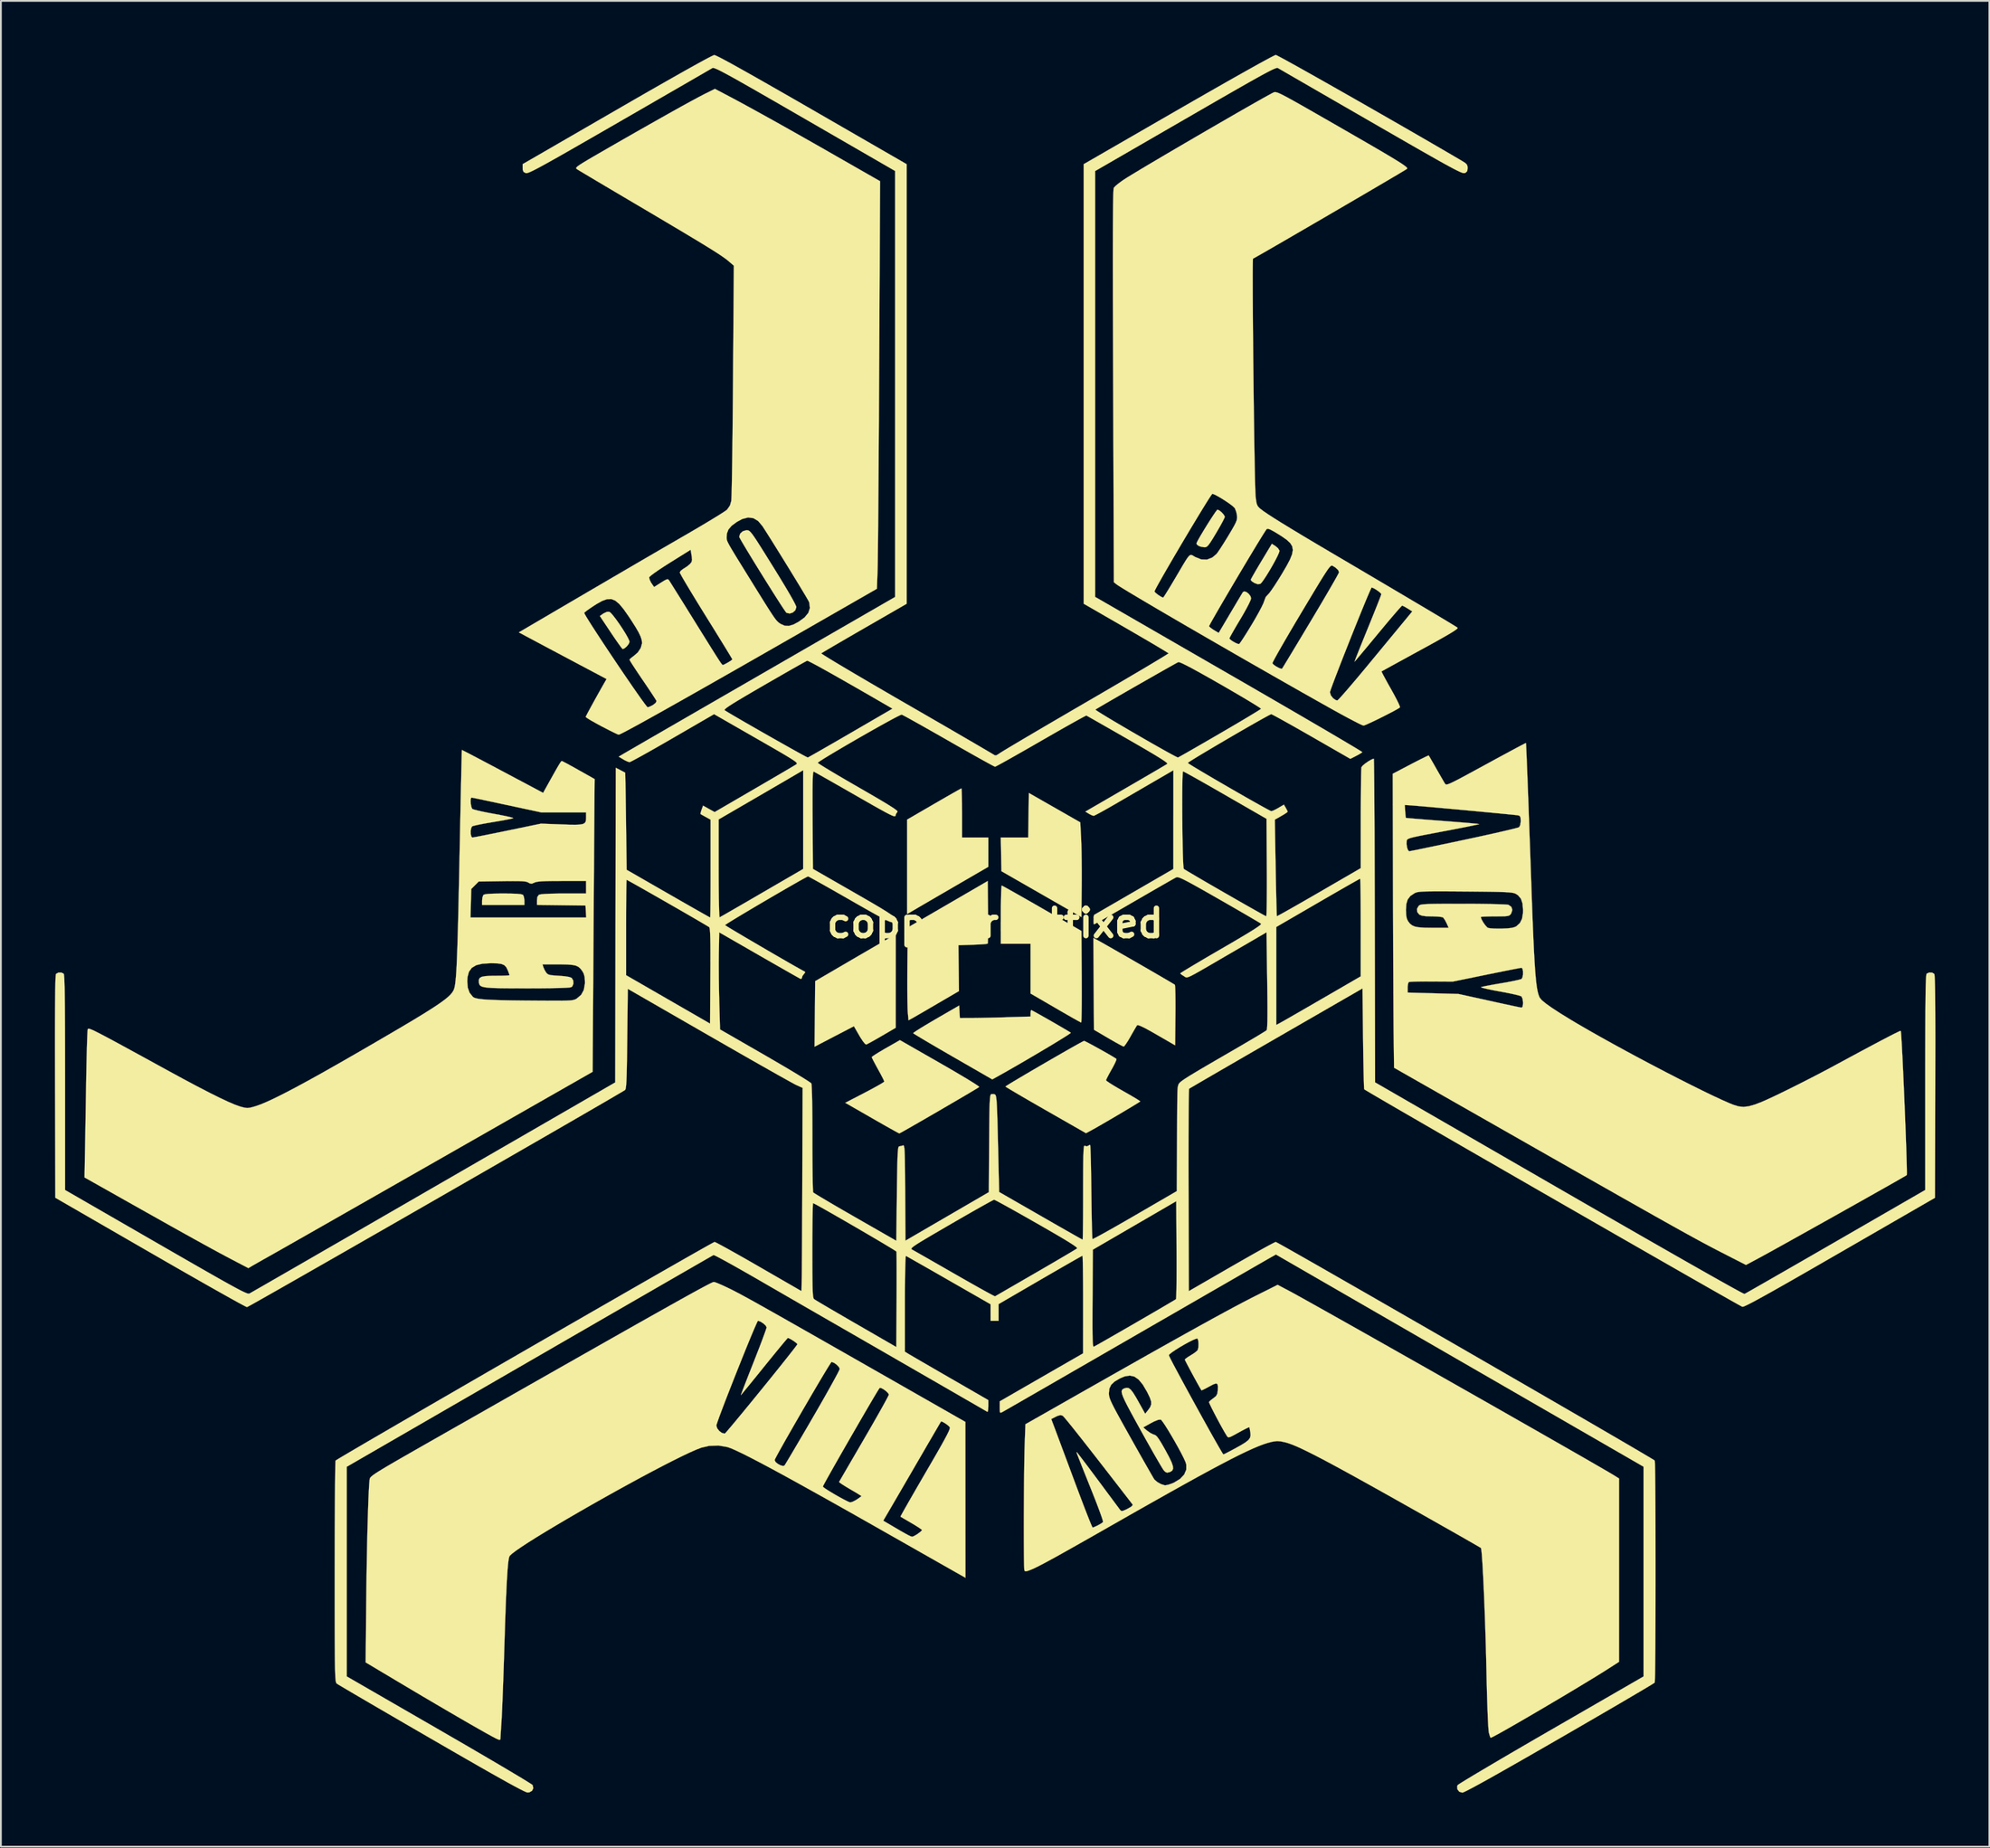
<source format=kicad_pcb>
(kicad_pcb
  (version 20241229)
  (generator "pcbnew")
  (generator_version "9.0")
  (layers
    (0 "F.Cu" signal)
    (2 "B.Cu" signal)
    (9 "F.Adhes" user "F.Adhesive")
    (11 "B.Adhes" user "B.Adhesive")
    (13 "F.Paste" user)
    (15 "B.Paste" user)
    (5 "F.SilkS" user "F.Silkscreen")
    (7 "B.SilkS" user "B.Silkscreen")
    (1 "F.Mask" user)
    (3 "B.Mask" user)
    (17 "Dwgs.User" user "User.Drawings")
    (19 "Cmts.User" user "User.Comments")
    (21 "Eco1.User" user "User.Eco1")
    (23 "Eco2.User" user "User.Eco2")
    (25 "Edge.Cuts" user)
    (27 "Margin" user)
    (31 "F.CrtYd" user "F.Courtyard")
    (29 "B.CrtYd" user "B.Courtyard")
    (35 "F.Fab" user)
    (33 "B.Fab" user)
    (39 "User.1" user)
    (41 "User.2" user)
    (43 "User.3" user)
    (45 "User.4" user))
  (footprint "copperfrontfixed"
    (layer "F.Cu")
    (at 52.254 48.265)
    (property "Reference" "copperfrontfixed" (at 0 0 0) (layer "F.SilkS") (effects (font (size 1.524 1.524) (thickness 0.3))))
    (attr through_hole)
    (fp_poly (pts (xy 4.731 -5.606) (xy 4.778 -4.692) (xy 4.791 -4.368) (xy 4.801 -3.947) (xy 4.808 -3.46) (xy 4.812 -2.936) (xy 4.812 -2.406) (xy 4.81 -2.06) (xy 4.794 -0.342) (xy 0.349 -2.892) (xy 0.314 -4.763) (xy 1.839 -4.763) (xy 1.856 -6.001) (xy 1.873 -7.239) (xy 4.731 -5.606)) (stroke (width 0.01) (type solid)) (fill yes) (layer "F.SilkS"))
    (fp_poly (pts (xy -26.893 -1.647) (xy -26.569 -1.635) (xy -26.357 -1.613) (xy -26.249 -1.583) (xy -26.238 -1.575) (xy -26.188 -1.465) (xy -26.163 -1.292) (xy -26.162 -1.257) (xy -26.162 -1.016) (xy -28.512 -1.016) (xy -28.512 -1.257) (xy -28.493 -1.435) (xy -28.446 -1.562) (xy -28.435 -1.575) (xy -28.349 -1.608) (xy -28.159 -1.631) (xy -27.86 -1.645) (xy -27.443 -1.651) (xy -27.337 -1.651) (xy -26.893 -1.647)) (stroke (width 0.01) (type solid)) (fill yes) (layer "F.SilkS"))
    (fp_poly (pts (xy -21.357 -17.244) (xy -21.223 -17.091) (xy -21.059 -16.876) (xy -20.879 -16.623) (xy -20.701 -16.355) (xy -20.54 -16.097) (xy -20.413 -15.873) (xy -20.336 -15.706) (xy -20.32 -15.639) (xy -20.366 -15.521) (xy -20.475 -15.385) (xy -20.605 -15.276) (xy -20.7 -15.24) (xy -20.748 -15.29) (xy -20.853 -15.43) (xy -21.004 -15.641) (xy -21.187 -15.907) (xy -21.356 -16.158) (xy -21.967 -17.075) (xy -21.776 -17.212) (xy -21.577 -17.308) (xy -21.444 -17.311) (xy -21.357 -17.244)) (stroke (width 0.01) (type solid)) (fill yes) (layer "F.SilkS"))
    (fp_poly (pts (xy -5.525 3.221) (xy -5.526 5.81) (xy -6.305 6.266) (xy -6.592 6.432) (xy -6.843 6.573) (xy -7.036 6.679) (xy -7.15 6.736) (xy -7.167 6.742) (xy -7.235 6.699) (xy -7.345 6.564) (xy -7.482 6.357) (xy -7.55 6.243) (xy -7.849 5.724) (xy -8.942 6.293) (xy -10.035 6.863) (xy -10.001 3.22) (xy -8.001 2.052) (xy -7.533 1.779) (xy -7.09 1.522) (xy -6.687 1.288) (xy -6.339 1.087) (xy -6.058 0.925) (xy -5.86 0.812) (xy -5.763 0.758) (xy -5.524 0.632) (xy -5.525 3.221)) (stroke (width 0.01) (type solid)) (fill yes) (layer "F.SilkS"))
    (fp_poly (pts (xy 15.579 -20.961) (xy 15.718 -20.842) (xy 15.797 -20.717) (xy 15.801 -20.7) (xy 15.776 -20.599) (xy 15.695 -20.416) (xy 15.573 -20.176) (xy 15.422 -19.901) (xy 15.257 -19.616) (xy 15.092 -19.346) (xy 14.94 -19.114) (xy 14.817 -18.944) (xy 14.735 -18.861) (xy 14.733 -18.86) (xy 14.586 -18.846) (xy 14.409 -18.912) (xy 14.273 -18.999) (xy 14.207 -19.077) (xy 14.205 -19.091) (xy 14.241 -19.166) (xy 14.332 -19.33) (xy 14.467 -19.565) (xy 14.635 -19.851) (xy 14.798 -20.124) (xy 15.378 -21.087) (xy 15.579 -20.961)) (stroke (width 0.01) (type solid)) (fill yes) (layer "F.SilkS"))
    (fp_poly (pts (xy -1.864 -7.433) (xy -1.856 -7.263) (xy -1.849 -7.004) (xy -1.844 -6.673) (xy -1.842 -6.287) (xy -1.841 -6.128) (xy -1.841 -4.763) (xy -0.381 -4.763) (xy -0.381 -3.136) (xy -1.921 -2.242) (xy -2.368 -1.982) (xy -2.82 -1.719) (xy -3.255 -1.467) (xy -3.647 -1.238) (xy -3.973 -1.048) (xy -4.175 -0.93) (xy -4.889 -0.512) (xy -4.889 -5.761) (xy -3.398 -6.627) (xy -3.004 -6.855) (xy -2.647 -7.06) (xy -2.341 -7.235) (xy -2.1 -7.371) (xy -1.94 -7.46) (xy -1.874 -7.493) (xy -1.874 -7.493) (xy -1.864 -7.433)) (stroke (width 0.01) (type solid)) (fill yes) (layer "F.SilkS"))
    (fp_poly (pts (xy 12.46 -22.942) (xy 12.591 -22.834) (xy 12.706 -22.705) (xy 12.763 -22.598) (xy 12.764 -22.588) (xy 12.732 -22.505) (xy 12.647 -22.335) (xy 12.519 -22.1) (xy 12.359 -21.822) (xy 12.285 -21.696) (xy 12.096 -21.381) (xy 11.956 -21.161) (xy 11.852 -21.018) (xy 11.771 -20.937) (xy 11.7 -20.902) (xy 11.634 -20.896) (xy 11.443 -20.926) (xy 11.316 -20.97) (xy 11.213 -21.048) (xy 11.189 -21.114) (xy 11.233 -21.214) (xy 11.329 -21.39) (xy 11.464 -21.622) (xy 11.624 -21.888) (xy 11.795 -22.165) (xy 11.965 -22.433) (xy 12.12 -22.67) (xy 12.246 -22.855) (xy 12.33 -22.965) (xy 12.356 -22.987) (xy 12.46 -22.942)) (stroke (width 0.01) (type solid)) (fill yes) (layer "F.SilkS"))
    (fp_poly (pts (xy -0.396 -0.623) (xy -0.393 -0.168) (xy -0.392 0.244) (xy -0.394 0.597) (xy -0.399 0.874) (xy -0.405 1.059) (xy -0.414 1.133) (xy -0.414 1.134) (xy -0.488 1.149) (xy -0.663 1.166) (xy -0.914 1.182) (xy -1.215 1.195) (xy -1.245 1.196) (xy -2.041 1.222) (xy -2.026 2.497) (xy -2.012 3.771) (xy -3.245 4.491) (xy -3.611 4.705) (xy -3.95 4.903) (xy -4.243 5.072) (xy -4.47 5.204) (xy -4.614 5.286) (xy -4.646 5.303) (xy -4.815 5.395) (xy -4.856 4.936) (xy -4.865 4.76) (xy -4.872 4.476) (xy -4.878 4.104) (xy -4.881 3.663) (xy -4.881 3.172) (xy -4.879 2.65) (xy -4.877 2.358) (xy -4.858 0.239) (xy -0.413 -2.345) (xy -0.396 -0.623)) (stroke (width 0.01) (type solid)) (fill yes) (layer "F.SilkS"))
    (fp_poly (pts (xy 0.429 -2.062) (xy 0.591 -1.974) (xy 0.838 -1.836) (xy 1.16 -1.655) (xy 1.543 -1.437) (xy 1.977 -1.19) (xy 2.448 -0.92) (xy 2.603 -0.83) (xy 4.794 0.43) (xy 4.811 2.977) (xy 4.813 3.532) (xy 4.813 4.044) (xy 4.811 4.502) (xy 4.807 4.891) (xy 4.801 5.197) (xy 4.793 5.409) (xy 4.783 5.511) (xy 4.779 5.519) (xy 4.713 5.487) (xy 4.553 5.399) (xy 4.314 5.265) (xy 4.011 5.092) (xy 3.659 4.89) (xy 3.35 4.71) (xy 1.968 3.907) (xy 1.968 1.143) (xy 0.318 1.143) (xy 0.318 -0.476) (xy 0.319 -0.915) (xy 0.324 -1.308) (xy 0.332 -1.639) (xy 0.342 -1.891) (xy 0.354 -2.048) (xy 0.365 -2.093) (xy 0.429 -2.062)) (stroke (width 0.01) (type solid)) (fill yes) (layer "F.SilkS"))
    (fp_poly (pts (xy -13.759 -21.842) (xy -13.707 -21.828) (xy -13.65 -21.793) (xy -13.581 -21.726) (xy -13.494 -21.618) (xy -13.381 -21.458) (xy -13.233 -21.236) (xy -13.046 -20.942) (xy -12.809 -20.566) (xy -12.518 -20.098) (xy -12.326 -19.79) (xy -11.973 -19.217) (xy -11.672 -18.72) (xy -11.426 -18.303) (xy -11.239 -17.973) (xy -11.114 -17.736) (xy -11.054 -17.597) (xy -11.049 -17.571) (xy -11.103 -17.399) (xy -11.239 -17.273) (xy -11.414 -17.215) (xy -11.587 -17.25) (xy -11.6 -17.258) (xy -11.651 -17.322) (xy -11.76 -17.481) (xy -11.916 -17.718) (xy -12.11 -18.021) (xy -12.334 -18.373) (xy -12.578 -18.761) (xy -12.835 -19.171) (xy -13.093 -19.587) (xy -13.346 -19.996) (xy -13.583 -20.383) (xy -13.795 -20.734) (xy -13.975 -21.034) (xy -14.112 -21.268) (xy -14.198 -21.423) (xy -14.224 -21.481) (xy -14.167 -21.655) (xy -14.022 -21.787) (xy -13.828 -21.844) (xy -13.815 -21.844) (xy -13.759 -21.842)) (stroke (width 0.01) (type solid)) (fill yes) (layer "F.SilkS"))
    (fp_poly (pts (xy 5.635 0.912) (xy 5.752 0.976) (xy 5.957 1.091) (xy 6.235 1.249) (xy 6.572 1.441) (xy 6.952 1.659) (xy 7.363 1.894) (xy 7.788 2.139) (xy 8.213 2.384) (xy 8.625 2.622) (xy 9.008 2.844) (xy 9.347 3.042) (xy 9.629 3.206) (xy 9.838 3.33) (xy 9.961 3.404) (xy 9.986 3.421) (xy 9.999 3.495) (xy 10.009 3.679) (xy 10.016 3.955) (xy 10.02 4.306) (xy 10.021 4.715) (xy 10.018 5.127) (xy 10.001 6.785) (xy 8.973 6.191) (xy 8.578 5.966) (xy 8.28 5.806) (xy 8.071 5.707) (xy 7.943 5.664) (xy 7.888 5.672) (xy 7.833 5.757) (xy 7.734 5.925) (xy 7.605 6.148) (xy 7.519 6.302) (xy 7.382 6.536) (xy 7.262 6.72) (xy 7.175 6.832) (xy 7.144 6.855) (xy 7.069 6.824) (xy 6.906 6.739) (xy 6.677 6.612) (xy 6.402 6.455) (xy 6.287 6.388) (xy 5.493 5.922) (xy 5.476 3.372) (xy 5.46 0.821) (xy 5.635 0.912)) (stroke (width 0.01) (type solid)) (fill yes) (layer "F.SilkS"))
    (fp_poly (pts (xy -1.981 4.923) (xy -1.962 5.271) (xy -1.378 5.27) (xy -1.133 5.268) (xy -0.79 5.263) (xy -0.382 5.254) (xy 0.064 5.243) (xy 0.517 5.231) (xy 0.587 5.228) (xy 1.968 5.187) (xy 1.968 5.006) (xy 1.98 4.877) (xy 2.005 4.826) (xy 2.068 4.856) (xy 2.22 4.939) (xy 2.441 5.062) (xy 2.71 5.214) (xy 3.006 5.382) (xy 3.309 5.556) (xy 3.598 5.724) (xy 3.853 5.873) (xy 4.052 5.991) (xy 4.176 6.068) (xy 4.206 6.089) (xy 4.163 6.128) (xy 4.022 6.223) (xy 3.798 6.365) (xy 3.504 6.547) (xy 3.152 6.761) (xy 2.755 6.998) (xy 2.328 7.252) (xy 1.882 7.514) (xy 1.432 7.777) (xy 0.99 8.032) (xy 0.57 8.272) (xy 0.194 8.483) (xy -0.159 8.68) (xy -2.349 7.419) (xy -2.829 7.141) (xy -3.274 6.883) (xy -3.671 6.65) (xy -4.009 6.45) (xy -4.275 6.29) (xy -4.459 6.177) (xy -4.548 6.117) (xy -4.555 6.111) (xy -4.506 6.067) (xy -4.363 5.97) (xy -4.139 5.829) (xy -3.85 5.653) (xy -3.511 5.452) (xy -3.285 5.32) (xy -2 4.576) (xy -1.981 4.923)) (stroke (width 0.01) (type solid)) (fill yes) (layer "F.SilkS"))
    (fp_poly (pts (xy -3.064 7.774) (xy -2.582 8.051) (xy -2.138 8.31) (xy -1.744 8.545) (xy -1.41 8.746) (xy -1.149 8.909) (xy -0.971 9.027) (xy -0.888 9.091) (xy -0.884 9.1) (xy -0.95 9.144) (xy -1.11 9.241) (xy -1.35 9.385) (xy -1.657 9.567) (xy -2.016 9.777) (xy -2.412 10.009) (xy -2.832 10.254) (xy -3.26 10.504) (xy -3.684 10.749) (xy -4.088 10.983) (xy -4.459 11.196) (xy -4.781 11.381) (xy -5.042 11.529) (xy -5.226 11.631) (xy -5.319 11.68) (xy -5.327 11.683) (xy -5.39 11.652) (xy -5.549 11.566) (xy -5.788 11.433) (xy -6.093 11.262) (xy -6.449 11.059) (xy -6.842 10.835) (xy -6.847 10.831) (xy -8.329 9.981) (xy -7.246 9.42) (xy -6.909 9.242) (xy -6.615 9.082) (xy -6.381 8.949) (xy -6.224 8.852) (xy -6.161 8.802) (xy -6.161 8.8) (xy -6.19 8.724) (xy -6.269 8.563) (xy -6.386 8.341) (xy -6.509 8.117) (xy -6.648 7.863) (xy -6.761 7.649) (xy -6.835 7.5) (xy -6.858 7.442) (xy -6.806 7.395) (xy -6.663 7.298) (xy -6.448 7.164) (xy -6.182 7.006) (xy -6.076 6.946) (xy -5.293 6.498) (xy -3.064 7.774)) (stroke (width 0.01) (type solid)) (fill yes) (layer "F.SilkS"))
    (fp_poly (pts (xy 5.016 6.57) (xy 5.174 6.651) (xy 5.396 6.769) (xy 5.656 6.912) (xy 5.933 7.066) (xy 6.202 7.218) (xy 6.439 7.355) (xy 6.622 7.465) (xy 6.727 7.533) (xy 6.741 7.544) (xy 6.729 7.614) (xy 6.663 7.767) (xy 6.555 7.978) (xy 6.471 8.128) (xy 6.338 8.365) (xy 6.234 8.563) (xy 6.172 8.695) (xy 6.161 8.731) (xy 6.215 8.782) (xy 6.361 8.882) (xy 6.583 9.021) (xy 6.861 9.186) (xy 7.114 9.331) (xy 7.425 9.508) (xy 7.693 9.665) (xy 7.9 9.79) (xy 8.029 9.873) (xy 8.064 9.902) (xy 8.012 9.941) (xy 7.867 10.032) (xy 7.647 10.166) (xy 7.369 10.333) (xy 7.051 10.523) (xy 6.71 10.724) (xy 6.364 10.927) (xy 6.03 11.121) (xy 5.725 11.297) (xy 5.467 11.443) (xy 5.273 11.55) (xy 5.244 11.566) (xy 5.048 11.669) (xy 2.812 10.391) (xy 2.328 10.113) (xy 1.879 9.854) (xy 1.478 9.621) (xy 1.136 9.421) (xy 0.865 9.26) (xy 0.677 9.146) (xy 0.583 9.086) (xy 0.574 9.078) (xy 0.626 9.039) (xy 0.774 8.945) (xy 1.004 8.805) (xy 1.302 8.628) (xy 1.652 8.42) (xy 2.042 8.191) (xy 2.455 7.95) (xy 2.88 7.703) (xy 3.3 7.46) (xy 3.702 7.229) (xy 4.071 7.018) (xy 4.393 6.836) (xy 4.654 6.69) (xy 4.839 6.59) (xy 4.935 6.543) (xy 4.943 6.54) (xy 5.016 6.57)) (stroke (width 0.01) (type solid)) (fill yes) (layer "F.SilkS"))
    (fp_poly (pts (xy -14.756 -45.945) (xy -14.269 -45.685) (xy -13.685 -45.367) (xy -13.013 -44.997) (xy -12.265 -44.582) (xy -11.454 -44.127) (xy -10.589 -43.638) (xy -9.682 -43.123) (xy -9.112 -42.797) (xy -8.639 -42.526) (xy -8.185 -42.267) (xy -7.766 -42.027) (xy -7.397 -41.816) (xy -7.095 -41.643) (xy -6.875 -41.518) (xy -6.77 -41.457) (xy -6.395 -41.243) (xy -6.445 -31.02) (xy -6.451 -29.87) (xy -6.457 -28.743) (xy -6.463 -27.647) (xy -6.47 -26.588) (xy -6.476 -25.575) (xy -6.483 -24.616) (xy -6.49 -23.717) (xy -6.496 -22.887) (xy -6.503 -22.134) (xy -6.509 -21.465) (xy -6.515 -20.888) (xy -6.521 -20.41) (xy -6.526 -20.039) (xy -6.531 -19.784) (xy -6.533 -19.693) (xy -6.572 -18.59) (xy -9.779 -16.75) (xy -11.248 -15.908) (xy -12.615 -15.126) (xy -13.881 -14.402) (xy -15.045 -13.739) (xy -16.106 -13.136) (xy -17.063 -12.593) (xy -17.917 -12.111) (xy -18.665 -11.691) (xy -19.308 -11.333) (xy -19.844 -11.036) (xy -20.274 -10.803) (xy -20.596 -10.632) (xy -20.81 -10.524) (xy -20.915 -10.48) (xy -20.922 -10.479) (xy -20.998 -10.507) (xy -21.165 -10.586) (xy -21.403 -10.703) (xy -21.69 -10.851) (xy -21.876 -10.947) (xy -22.177 -11.11) (xy -22.434 -11.255) (xy -22.626 -11.371) (xy -22.736 -11.448) (xy -22.754 -11.47) (xy -22.721 -11.541) (xy -22.637 -11.702) (xy -22.513 -11.932) (xy -22.361 -12.21) (xy -22.193 -12.515) (xy -22.019 -12.827) (xy -21.852 -13.124) (xy -21.745 -13.311) (xy -21.594 -13.573) (xy -23.037 -14.338) (xy -23.501 -14.585) (xy -23.996 -14.848) (xy -24.488 -15.109) (xy -24.946 -15.353) (xy -25.338 -15.562) (xy -25.475 -15.635) (xy -26.47 -16.166) (xy -25.125 -16.954) (xy -24.612 -17.256) (xy -22.838 -17.256) (xy -22.813 -17.191) (xy -22.723 -17.034) (xy -22.577 -16.797) (xy -22.384 -16.493) (xy -22.152 -16.134) (xy -21.889 -15.732) (xy -21.603 -15.299) (xy -21.302 -14.848) (xy -20.996 -14.392) (xy -20.691 -13.941) (xy -20.397 -13.51) (xy -20.122 -13.11) (xy -19.873 -12.753) (xy -19.66 -12.451) (xy -19.49 -12.218) (xy -19.372 -12.065) (xy -19.313 -12.004) (xy -19.311 -12.004) (xy -19.204 -12.034) (xy -19.048 -12.111) (xy -19.006 -12.136) (xy -18.863 -12.25) (xy -18.819 -12.348) (xy -18.822 -12.359) (xy -18.867 -12.437) (xy -18.973 -12.602) (xy -19.127 -12.837) (xy -19.32 -13.125) (xy -19.539 -13.449) (xy -19.588 -13.52) (xy -19.809 -13.847) (xy -20.003 -14.138) (xy -20.16 -14.379) (xy -20.268 -14.551) (xy -20.317 -14.64) (xy -20.319 -14.647) (xy -20.27 -14.711) (xy -20.148 -14.809) (xy -20.095 -14.845) (xy -19.859 -15.05) (xy -19.694 -15.3) (xy -19.624 -15.556) (xy -19.623 -15.589) (xy -19.642 -15.748) (xy -19.703 -15.935) (xy -19.812 -16.166) (xy -19.98 -16.457) (xy -20.213 -16.824) (xy -20.371 -17.063) (xy -20.651 -17.461) (xy -20.892 -17.749) (xy -21.114 -17.934) (xy -21.333 -18.02) (xy -21.568 -18.012) (xy -21.835 -17.917) (xy -22.153 -17.74) (xy -22.299 -17.646) (xy -22.521 -17.497) (xy -22.702 -17.368) (xy -22.815 -17.28) (xy -22.838 -17.256) (xy -24.612 -17.256) (xy -24.137 -17.534) (xy -23.248 -18.055) (xy -22.448 -18.524) (xy -21.727 -18.945) (xy -21.248 -19.226) (xy -19.228 -19.226) (xy -19.207 -19.108) (xy -19.131 -18.948) (xy -19.102 -18.902) (xy -18.954 -18.686) (xy -18.576 -18.927) (xy -18.376 -19.05) (xy -18.253 -19.11) (xy -18.181 -19.114) (xy -18.131 -19.071) (xy -18.124 -19.061) (xy -18.076 -18.986) (xy -17.968 -18.814) (xy -17.808 -18.558) (xy -17.603 -18.231) (xy -17.361 -17.844) (xy -17.09 -17.408) (xy -16.797 -16.937) (xy -16.67 -16.732) (xy -16.316 -16.162) (xy -16.022 -15.691) (xy -15.784 -15.309) (xy -15.594 -15.007) (xy -15.447 -14.776) (xy -15.337 -14.606) (xy -15.258 -14.489) (xy -15.203 -14.413) (xy -15.167 -14.372) (xy -15.143 -14.354) (xy -15.13 -14.351) (xy -15.06 -14.379) (xy -14.922 -14.451) (xy -14.852 -14.49) (xy -14.703 -14.581) (xy -14.615 -14.65) (xy -14.605 -14.666) (xy -14.637 -14.726) (xy -14.73 -14.883) (xy -14.877 -15.125) (xy -15.07 -15.442) (xy -15.304 -15.821) (xy -15.57 -16.253) (xy -15.863 -16.725) (xy -16.066 -17.051) (xy -16.372 -17.546) (xy -16.657 -18.01) (xy -16.913 -18.432) (xy -17.134 -18.799) (xy -17.312 -19.1) (xy -17.44 -19.325) (xy -17.512 -19.46) (xy -17.526 -19.495) (xy -17.475 -19.586) (xy -17.347 -19.687) (xy -17.307 -19.71) (xy -17.122 -19.83) (xy -16.963 -19.962) (xy -16.952 -19.973) (xy -16.872 -20.077) (xy -16.844 -20.19) (xy -16.857 -20.362) (xy -16.869 -20.437) (xy -16.923 -20.757) (xy -18.065 -20.045) (xy -18.408 -19.827) (xy -18.712 -19.626) (xy -18.959 -19.453) (xy -19.134 -19.32) (xy -19.222 -19.239) (xy -19.228 -19.226) (xy -21.248 -19.226) (xy -21.076 -19.326) (xy -20.484 -19.672) (xy -19.942 -19.989) (xy -19.438 -20.283) (xy -18.963 -20.559) (xy -18.508 -20.824) (xy -18.061 -21.083) (xy -17.614 -21.342) (xy -17.461 -21.431) (xy -14.923 -21.431) (xy -14.922 -21.373) (xy -14.912 -21.313) (xy -14.888 -21.239) (xy -14.844 -21.142) (xy -14.774 -21.01) (xy -14.672 -20.832) (xy -14.532 -20.599) (xy -14.349 -20.298) (xy -14.115 -19.92) (xy -13.826 -19.453) (xy -13.537 -18.986) (xy -13.201 -18.443) (xy -12.924 -17.998) (xy -12.699 -17.639) (xy -12.519 -17.356) (xy -12.377 -17.14) (xy -12.266 -16.978) (xy -12.177 -16.861) (xy -12.105 -16.779) (xy -12.04 -16.719) (xy -11.977 -16.673) (xy -11.908 -16.629) (xy -11.906 -16.628) (xy -11.688 -16.533) (xy -11.461 -16.524) (xy -11.199 -16.606) (xy -10.922 -16.754) (xy -10.589 -16.997) (xy -10.381 -17.251) (xy -10.294 -17.52) (xy -10.327 -17.809) (xy -10.349 -17.871) (xy -10.394 -17.956) (xy -10.497 -18.134) (xy -10.65 -18.39) (xy -10.843 -18.71) (xy -11.067 -19.079) (xy -11.314 -19.483) (xy -11.574 -19.906) (xy -11.839 -20.335) (xy -12.099 -20.754) (xy -12.345 -21.15) (xy -12.569 -21.506) (xy -12.762 -21.81) (xy -12.914 -22.045) (xy -12.931 -22.072) (xy -13.169 -22.354) (xy -13.433 -22.514) (xy -13.728 -22.552) (xy -14.056 -22.468) (xy -14.356 -22.306) (xy -14.643 -22.093) (xy -14.822 -21.885) (xy -14.908 -21.66) (xy -14.922 -21.497) (xy -14.923 -21.431) (xy -17.461 -21.431) (xy -17.272 -21.54) (xy -16.784 -21.824) (xy -16.324 -22.095) (xy -15.906 -22.345) (xy -15.543 -22.566) (xy -15.247 -22.75) (xy -15.032 -22.889) (xy -14.912 -22.974) (xy -14.897 -22.987) (xy -14.736 -23.219) (xy -14.663 -23.474) (xy -14.656 -23.579) (xy -14.647 -23.803) (xy -14.639 -24.136) (xy -14.63 -24.568) (xy -14.621 -25.092) (xy -14.612 -25.697) (xy -14.603 -26.375) (xy -14.594 -27.117) (xy -14.586 -27.913) (xy -14.578 -28.756) (xy -14.571 -29.635) (xy -14.567 -30.165) (xy -14.521 -36.548) (xy -14.826 -36.809) (xy -14.927 -36.891) (xy -15.055 -36.986) (xy -15.217 -37.099) (xy -15.421 -37.234) (xy -15.674 -37.395) (xy -15.981 -37.587) (xy -16.352 -37.814) (xy -16.792 -38.08) (xy -17.308 -38.39) (xy -17.908 -38.747) (xy -18.598 -39.157) (xy -19.386 -39.624) (xy -20.032 -40.005) (xy -20.605 -40.344) (xy -21.148 -40.665) (xy -21.651 -40.963) (xy -22.103 -41.231) (xy -22.494 -41.464) (xy -22.814 -41.655) (xy -23.052 -41.797) (xy -23.198 -41.886) (xy -23.238 -41.911) (xy -23.273 -41.94) (xy -23.285 -41.972) (xy -23.263 -42.014) (xy -23.199 -42.074) (xy -23.082 -42.157) (xy -22.901 -42.272) (xy -22.647 -42.425) (xy -22.31 -42.623) (xy -21.879 -42.872) (xy -21.548 -43.063) (xy -20.741 -43.527) (xy -19.966 -43.97) (xy -19.23 -44.388) (xy -18.545 -44.775) (xy -17.919 -45.127) (xy -17.362 -45.437) (xy -16.883 -45.7) (xy -16.491 -45.911) (xy -16.196 -46.066) (xy -16.114 -46.107) (xy -15.574 -46.375) (xy -14.756 -45.945)) (stroke (width 0.01) (type solid)) (fill yes) (layer "F.SilkS"))
    (fp_poly (pts (xy -29.578 -9.602) (xy -29.421 -9.522) (xy -29.176 -9.395) (xy -28.855 -9.227) (xy -28.469 -9.024) (xy -28.031 -8.792) (xy -27.552 -8.538) (xy -27.372 -8.442) (xy -25.12 -7.245) (xy -24.778 -7.861) (xy -24.559 -8.253) (xy -24.393 -8.547) (xy -24.272 -8.756) (xy -24.188 -8.894) (xy -24.132 -8.974) (xy -24.097 -9.009) (xy -24.08 -9.015) (xy -24.012 -8.984) (xy -23.853 -8.902) (xy -23.623 -8.777) (xy -23.342 -8.622) (xy -23.146 -8.512) (xy -22.257 -8.011) (xy -22.264 -7.387) (xy -22.266 -7.243) (xy -22.268 -6.98) (xy -22.271 -6.608) (xy -22.274 -6.135) (xy -22.278 -5.57) (xy -22.283 -4.921) (xy -22.288 -4.197) (xy -22.293 -3.408) (xy -22.299 -2.561) (xy -22.305 -1.665) (xy -22.312 -0.73) (xy -22.318 0.237) (xy -22.321 0.748) (xy -22.371 8.259) (xy -30.696 13.011) (xy -31.665 13.564) (xy -32.617 14.107) (xy -33.543 14.635) (xy -34.437 15.145) (xy -35.292 15.632) (xy -36.101 16.093) (xy -36.856 16.524) (xy -37.551 16.92) (xy -38.179 17.278) (xy -38.732 17.592) (xy -39.204 17.861) (xy -39.587 18.078) (xy -39.874 18.242) (xy -40.059 18.346) (xy -40.069 18.351) (xy -40.412 18.545) (xy -40.73 18.724) (xy -41 18.878) (xy -41.201 18.993) (xy -41.309 19.055) (xy -41.501 19.17) (xy -42.452 18.673) (xy -42.764 18.508) (xy -43.119 18.318) (xy -43.524 18.098) (xy -43.986 17.844) (xy -44.513 17.553) (xy -45.112 17.22) (xy -45.791 16.841) (xy -46.556 16.411) (xy -47.416 15.928) (xy -48.378 15.386) (xy -48.528 15.301) (xy -50.606 14.13) (xy -50.578 12.573) (xy -50.571 12.136) (xy -50.561 11.598) (xy -50.551 10.989) (xy -50.54 10.334) (xy -50.529 9.663) (xy -50.518 9.001) (xy -50.51 8.511) (xy -50.5 7.956) (xy -50.488 7.438) (xy -50.476 6.971) (xy -50.464 6.57) (xy -50.452 6.25) (xy -50.441 6.024) (xy -50.43 5.907) (xy -50.428 5.896) (xy -50.416 5.875) (xy -50.392 5.864) (xy -50.35 5.866) (xy -50.282 5.886) (xy -50.181 5.927) (xy -50.039 5.993) (xy -49.85 6.087) (xy -49.605 6.214) (xy -49.298 6.376) (xy -48.92 6.579) (xy -48.466 6.826) (xy -47.927 7.12) (xy -47.296 7.465) (xy -46.566 7.865) (xy -46.038 8.155) (xy -45.151 8.638) (xy -44.369 9.055) (xy -43.691 9.406) (xy -43.114 9.694) (xy -42.636 9.919) (xy -42.254 10.083) (xy -41.967 10.185) (xy -41.925 10.198) (xy -41.719 10.251) (xy -41.566 10.271) (xy -41.416 10.256) (xy -41.217 10.204) (xy -41.105 10.171) (xy -40.815 10.069) (xy -40.452 9.916) (xy -40.012 9.71) (xy -39.49 9.449) (xy -38.883 9.131) (xy -38.186 8.754) (xy -37.396 8.316) (xy -36.509 7.813) (xy -35.52 7.245) (xy -35.179 7.048) (xy -34.318 6.548) (xy -33.56 6.105) (xy -32.899 5.716) (xy -32.329 5.376) (xy -31.841 5.08) (xy -31.431 4.823) (xy -31.089 4.602) (xy -30.811 4.412) (xy -30.588 4.248) (xy -30.414 4.106) (xy -30.282 3.981) (xy -30.186 3.869) (xy -30.118 3.765) (xy -30.088 3.704) (xy -30.059 3.626) (xy -30.033 3.522) (xy -30.009 3.384) (xy -29.991 3.233) (xy -29.337 3.233) (xy -29.307 3.59) (xy -29.208 3.864) (xy -29.03 4.086) (xy -29.02 4.096) (xy -28.954 4.138) (xy -28.85 4.173) (xy -28.697 4.203) (xy -28.486 4.228) (xy -28.208 4.249) (xy -27.853 4.266) (xy -27.412 4.279) (xy -26.873 4.29) (xy -26.229 4.298) (xy -25.47 4.304) (xy -25.305 4.305) (xy -24.77 4.308) (xy -24.348 4.309) (xy -24.021 4.307) (xy -23.776 4.301) (xy -23.598 4.29) (xy -23.47 4.273) (xy -23.378 4.25) (xy -23.306 4.22) (xy -23.256 4.191) (xy -23.009 3.983) (xy -22.859 3.709) (xy -22.799 3.356) (xy -22.797 3.264) (xy -22.812 2.995) (xy -22.865 2.798) (xy -22.941 2.661) (xy -23.046 2.523) (xy -23.159 2.424) (xy -23.303 2.356) (xy -23.5 2.316) (xy -23.772 2.295) (xy -24.142 2.287) (xy -24.277 2.287) (xy -25.155 2.286) (xy -25.113 2.429) (xy -25.045 2.588) (xy -24.96 2.731) (xy -24.897 2.805) (xy -24.816 2.855) (xy -24.69 2.886) (xy -24.489 2.906) (xy -24.244 2.921) (xy -23.917 2.948) (xy -23.676 2.987) (xy -23.542 3.035) (xy -23.536 3.04) (xy -23.45 3.178) (xy -23.436 3.349) (xy -23.492 3.499) (xy -23.554 3.554) (xy -23.655 3.573) (xy -23.877 3.588) (xy -24.216 3.601) (xy -24.665 3.61) (xy -25.221 3.616) (xy -25.876 3.619) (xy -26.015 3.619) (xy -26.663 3.618) (xy -27.195 3.615) (xy -27.623 3.609) (xy -27.959 3.598) (xy -28.214 3.58) (xy -28.4 3.554) (xy -28.528 3.519) (xy -28.61 3.474) (xy -28.657 3.415) (xy -28.681 3.343) (xy -28.692 3.272) (xy -28.691 3.138) (xy -28.643 3.042) (xy -28.531 2.979) (xy -28.339 2.942) (xy -28.05 2.924) (xy -27.737 2.921) (xy -27.446 2.919) (xy -27.207 2.912) (xy -27.046 2.902) (xy -26.988 2.891) (xy -27.009 2.818) (xy -27.063 2.672) (xy -27.092 2.6) (xy -27.172 2.439) (xy -27.277 2.331) (xy -27.432 2.265) (xy -27.662 2.232) (xy -27.99 2.223) (xy -28.038 2.223) (xy -28.491 2.249) (xy -28.837 2.331) (xy -29.085 2.479) (xy -29.244 2.697) (xy -29.323 2.995) (xy -29.337 3.233) (xy -29.991 3.233) (xy -29.987 3.206) (xy -29.966 2.981) (xy -29.946 2.702) (xy -29.927 2.364) (xy -29.909 1.959) (xy -29.891 1.48) (xy -29.873 0.921) (xy -29.854 0.276) (xy -29.839 -0.318) (xy -29.157 -0.318) (xy -22.726 -0.318) (xy -22.765 -0.984) (xy -25.463 -1.019) (xy -25.463 -1.269) (xy -25.441 -1.463) (xy -25.364 -1.571) (xy -25.341 -1.585) (xy -25.234 -1.608) (xy -25.018 -1.627) (xy -24.708 -1.641) (xy -24.322 -1.649) (xy -23.975 -1.651) (xy -22.733 -1.651) (xy -22.733 -2.349) (xy -24.082 -2.349) (xy -24.561 -2.347) (xy -24.929 -2.341) (xy -25.203 -2.329) (xy -25.398 -2.311) (xy -25.53 -2.286) (xy -25.611 -2.255) (xy -25.751 -2.197) (xy -25.857 -2.212) (xy -25.939 -2.259) (xy -26.009 -2.293) (xy -26.114 -2.317) (xy -26.271 -2.333) (xy -26.496 -2.341) (xy -26.809 -2.343) (xy -27.225 -2.34) (xy -27.394 -2.337) (xy -28.7 -2.318) (xy -29.115 -1.903) (xy -29.157 -0.318) (xy -29.839 -0.318) (xy -29.835 -0.463) (xy -29.816 -1.301) (xy -29.795 -2.246) (xy -29.773 -3.305) (xy -29.749 -4.483) (xy -29.747 -4.57) (xy -29.732 -5.359) (xy -29.716 -6.11) (xy -29.702 -6.797) (xy -29.15 -6.797) (xy -29.139 -6.628) (xy -29.109 -6.468) (xy -29.064 -6.363) (xy -29.054 -6.352) (xy -28.964 -6.317) (xy -28.77 -6.266) (xy -28.496 -6.204) (xy -28.162 -6.137) (xy -27.847 -6.079) (xy -27.493 -6.013) (xy -27.191 -5.953) (xy -26.959 -5.9) (xy -26.817 -5.861) (xy -26.78 -5.839) (xy -26.856 -5.816) (xy -27.036 -5.777) (xy -27.298 -5.727) (xy -27.622 -5.67) (xy -27.908 -5.622) (xy -28.268 -5.561) (xy -28.586 -5.502) (xy -28.841 -5.448) (xy -29.01 -5.406) (xy -29.067 -5.383) (xy -29.121 -5.283) (xy -29.146 -5.126) (xy -29.143 -4.957) (xy -29.113 -4.821) (xy -29.057 -4.763) (xy -29.054 -4.763) (xy -28.971 -4.775) (xy -28.779 -4.81) (xy -28.496 -4.865) (xy -28.137 -4.937) (xy -27.719 -5.022) (xy -27.257 -5.116) (xy -27.102 -5.148) (xy -25.241 -5.534) (xy -24.119 -5.493) (xy -23.666 -5.477) (xy -23.324 -5.473) (xy -23.078 -5.484) (xy -22.911 -5.514) (xy -22.809 -5.569) (xy -22.756 -5.651) (xy -22.736 -5.765) (xy -22.733 -5.876) (xy -22.733 -6.16) (xy -25.221 -6.16) (xy -27.139 -6.572) (xy -27.615 -6.674) (xy -28.051 -6.767) (xy -28.432 -6.848) (xy -28.741 -6.913) (xy -28.964 -6.959) (xy -29.085 -6.982) (xy -29.102 -6.985) (xy -29.138 -6.931) (xy -29.15 -6.797) (xy -29.702 -6.797) (xy -29.702 -6.813) (xy -29.688 -7.461) (xy -29.675 -8.042) (xy -29.664 -8.547) (xy -29.654 -8.967) (xy -29.646 -9.292) (xy -29.64 -9.513) (xy -29.636 -9.62) (xy -29.635 -9.628) (xy -29.578 -9.602)) (stroke (width 0.01) (type solid)) (fill yes) (layer "F.SilkS"))
    (fp_poly (pts (xy -15.533 19.966) (xy -15.346 20.041) (xy -15.093 20.153) (xy -14.799 20.292) (xy -14.692 20.344) (xy -14.566 20.407) (xy -14.428 20.479) (xy -14.271 20.561) (xy -14.091 20.657) (xy -13.882 20.771) (xy -13.638 20.904) (xy -13.355 21.061) (xy -13.027 21.245) (xy -12.649 21.457) (xy -12.214 21.702) (xy -11.718 21.983) (xy -11.155 22.302) (xy -10.52 22.663) (xy -9.808 23.068) (xy -9.012 23.521) (xy -8.128 24.025) (xy -7.15 24.583) (xy -6.072 25.197) (xy -4.89 25.872) (xy -4.876 25.88) (xy -1.655 27.718) (xy -1.653 32.049) (xy -1.651 36.38) (xy -2.334 35.993) (xy -2.527 35.883) (xy -2.817 35.719) (xy -3.189 35.507) (xy -3.629 35.257) (xy -4.123 34.977) (xy -4.656 34.674) (xy -5.214 34.356) (xy -5.779 34.036) (xy -7.053 33.312) (xy -7.237 33.208) (xy -6.219 33.208) (xy -5.617 33.563) (xy -5.265 33.769) (xy -5.005 33.917) (xy -4.822 34.016) (xy -4.701 34.073) (xy -4.625 34.097) (xy -4.603 34.099) (xy -4.515 34.066) (xy -4.368 33.983) (xy -4.301 33.938) (xy -4.159 33.832) (xy -4.074 33.75) (xy -4.064 33.729) (xy -4.116 33.68) (xy -4.255 33.583) (xy -4.46 33.455) (xy -4.651 33.341) (xy -4.893 33.201) (xy -5.091 33.085) (xy -5.221 33.008) (xy -5.26 32.984) (xy -5.234 32.928) (xy -5.149 32.772) (xy -5.013 32.53) (xy -4.832 32.211) (xy -4.612 31.828) (xy -4.36 31.39) (xy -4.082 30.91) (xy -3.868 30.542) (xy -3.518 29.94) (xy -3.228 29.438) (xy -2.995 29.028) (xy -2.814 28.7) (xy -2.68 28.448) (xy -2.588 28.261) (xy -2.534 28.131) (xy -2.514 28.05) (xy -2.52 28.013) (xy -2.6 27.928) (xy -2.729 27.83) (xy -2.867 27.743) (xy -2.974 27.693) (xy -3.008 27.694) (xy -3.043 27.752) (xy -3.135 27.909) (xy -3.276 28.152) (xy -3.461 28.469) (xy -3.683 28.849) (xy -3.934 29.281) (xy -4.207 29.752) (xy -4.317 29.94) (xy -4.611 30.448) (xy -4.898 30.942) (xy -5.168 31.406) (xy -5.412 31.826) (xy -5.621 32.185) (xy -5.786 32.468) (xy -5.898 32.66) (xy -5.913 32.686) (xy -6.219 33.208) (xy -7.237 33.208) (xy -8.22 32.652) (xy -9.284 32.054) (xy -10.248 31.516) (xy -10.614 31.313) (xy -9.575 31.313) (xy -9.513 31.372) (xy -9.363 31.475) (xy -9.152 31.607) (xy -8.905 31.754) (xy -8.649 31.9) (xy -8.408 32.03) (xy -8.209 32.131) (xy -8.077 32.187) (xy -8.047 32.193) (xy -7.929 32.16) (xy -7.761 32.076) (xy -7.682 32.027) (xy -7.535 31.926) (xy -7.444 31.857) (xy -7.429 31.842) (xy -7.481 31.805) (xy -7.621 31.718) (xy -7.827 31.594) (xy -8.061 31.457) (xy -8.308 31.31) (xy -8.506 31.184) (xy -8.635 31.095) (xy -8.673 31.055) (xy -8.638 30.994) (xy -8.546 30.836) (xy -8.403 30.59) (xy -8.216 30.268) (xy -7.992 29.883) (xy -7.737 29.445) (xy -7.458 28.966) (xy -7.28 28.659) (xy -6.989 28.158) (xy -6.72 27.689) (xy -6.478 27.263) (xy -6.27 26.893) (xy -6.103 26.59) (xy -5.983 26.366) (xy -5.917 26.232) (xy -5.905 26.201) (xy -5.951 26.114) (xy -6.062 26.006) (xy -6.202 25.904) (xy -6.332 25.834) (xy -6.415 25.825) (xy -6.42 25.829) (xy -6.471 25.906) (xy -6.577 26.077) (xy -6.728 26.33) (xy -6.919 26.653) (xy -7.141 27.032) (xy -7.387 27.455) (xy -7.65 27.909) (xy -7.922 28.38) (xy -8.197 28.857) (xy -8.466 29.326) (xy -8.722 29.774) (xy -8.958 30.189) (xy -9.166 30.558) (xy -9.339 30.867) (xy -9.47 31.105) (xy -9.551 31.258) (xy -9.575 31.313) (xy -10.614 31.313) (xy -11.113 31.036) (xy -11.884 30.613) (xy -12.563 30.246) (xy -13.153 29.933) (xy -13.33 29.841) (xy -12.255 29.841) (xy -12.205 29.943) (xy -12.083 30.047) (xy -11.931 30.129) (xy -11.79 30.167) (xy -11.71 30.144) (xy -11.664 30.075) (xy -11.562 29.907) (xy -11.409 29.652) (xy -11.213 29.32) (xy -10.979 28.923) (xy -10.714 28.472) (xy -10.425 27.978) (xy -10.138 27.484) (xy -9.834 26.959) (xy -9.55 26.463) (xy -9.294 26.01) (xy -9.071 25.609) (xy -8.887 25.273) (xy -8.749 25.014) (xy -8.663 24.841) (xy -8.636 24.769) (xy -8.686 24.662) (xy -8.806 24.538) (xy -8.953 24.433) (xy -9.083 24.385) (xy -9.091 24.384) (xy -9.133 24.437) (xy -9.23 24.588) (xy -9.375 24.823) (xy -9.56 25.131) (xy -9.779 25.497) (xy -10.022 25.91) (xy -10.284 26.357) (xy -10.556 26.824) (xy -10.832 27.299) (xy -11.103 27.769) (xy -11.362 28.221) (xy -11.603 28.642) (xy -11.816 29.02) (xy -11.996 29.342) (xy -12.134 29.594) (xy -12.223 29.764) (xy -12.255 29.84) (xy -12.255 29.841) (xy -13.33 29.841) (xy -13.657 29.671) (xy -14.077 29.461) (xy -14.416 29.3) (xy -14.678 29.186) (xy -14.866 29.119) (xy -14.867 29.118) (xy -15.373 29.03) (xy -15.9 29.049) (xy -16.328 29.149) (xy -16.602 29.255) (xy -16.962 29.413) (xy -17.397 29.62) (xy -17.898 29.868) (xy -18.455 30.153) (xy -19.057 30.468) (xy -19.696 30.809) (xy -20.361 31.171) (xy -21.043 31.546) (xy -21.732 31.931) (xy -22.418 32.318) (xy -23.091 32.704) (xy -23.742 33.082) (xy -24.362 33.447) (xy -24.939 33.793) (xy -25.465 34.114) (xy -25.929 34.406) (xy -26.322 34.663) (xy -26.635 34.879) (xy -26.856 35.048) (xy -26.978 35.165) (xy -26.991 35.186) (xy -27.021 35.279) (xy -27.05 35.447) (xy -27.078 35.697) (xy -27.105 36.032) (xy -27.132 36.461) (xy -27.159 36.987) (xy -27.187 37.617) (xy -27.215 38.358) (xy -27.244 39.213) (xy -27.274 40.164) (xy -27.295 40.835) (xy -27.317 41.496) (xy -27.339 42.13) (xy -27.361 42.722) (xy -27.382 43.254) (xy -27.401 43.71) (xy -27.418 44.075) (xy -27.432 44.331) (xy -27.434 44.355) (xy -27.456 44.682) (xy -27.474 44.967) (xy -27.487 45.184) (xy -27.494 45.308) (xy -27.495 45.323) (xy -27.502 45.371) (xy -27.535 45.39) (xy -27.61 45.372) (xy -27.743 45.312) (xy -27.952 45.202) (xy -28.252 45.037) (xy -28.291 45.015) (xy -28.676 44.798) (xy -29.156 44.524) (xy -29.717 44.199) (xy -30.345 43.834) (xy -31.026 43.435) (xy -31.747 43.011) (xy -32.492 42.569) (xy -33.249 42.119) (xy -33.351 42.058) (xy -34.983 41.084) (xy -34.951 37.735) (xy -34.942 36.904) (xy -34.93 36.083) (xy -34.916 35.284) (xy -34.901 34.516) (xy -34.884 33.791) (xy -34.865 33.121) (xy -34.846 32.516) (xy -34.827 31.987) (xy -34.807 31.546) (xy -34.787 31.204) (xy -34.768 30.971) (xy -34.758 30.893) (xy -34.745 30.851) (xy -34.717 30.805) (xy -34.664 30.751) (xy -34.58 30.682) (xy -34.457 30.595) (xy -34.285 30.483) (xy -34.058 30.344) (xy -33.767 30.17) (xy -33.405 29.958) (xy -32.963 29.703) (xy -32.434 29.4) (xy -31.809 29.043) (xy -31.157 28.672) (xy -29.841 27.922) (xy -15.494 27.922) (xy -15.446 28.076) (xy -15.329 28.225) (xy -15.181 28.333) (xy -15.038 28.366) (xy -15.018 28.361) (xy -14.966 28.31) (xy -14.843 28.169) (xy -14.656 27.948) (xy -14.412 27.657) (xy -14.121 27.305) (xy -13.789 26.902) (xy -13.425 26.457) (xy -13.037 25.98) (xy -12.974 25.903) (xy -12.583 25.421) (xy -12.218 24.968) (xy -11.886 24.554) (xy -11.595 24.188) (xy -11.352 23.88) (xy -11.165 23.64) (xy -11.042 23.478) (xy -10.991 23.403) (xy -10.99 23.4) (xy -11.037 23.341) (xy -11.156 23.249) (xy -11.304 23.152) (xy -11.44 23.077) (xy -11.519 23.05) (xy -11.566 23.098) (xy -11.682 23.233) (xy -11.858 23.444) (xy -12.084 23.718) (xy -12.351 24.045) (xy -12.65 24.412) (xy -12.832 24.638) (xy -13.143 25.023) (xy -13.428 25.374) (xy -13.677 25.68) (xy -13.881 25.929) (xy -14.029 26.11) (xy -14.114 26.209) (xy -14.129 26.226) (xy -14.111 26.169) (xy -14.051 26.008) (xy -13.955 25.758) (xy -13.829 25.433) (xy -13.678 25.046) (xy -13.507 24.613) (xy -13.423 24.4) (xy -13.244 23.943) (xy -13.08 23.521) (xy -12.939 23.148) (xy -12.826 22.841) (xy -12.745 22.615) (xy -12.704 22.485) (xy -12.7 22.462) (xy -12.751 22.365) (xy -12.874 22.25) (xy -13.025 22.151) (xy -13.161 22.1) (xy -13.181 22.098) (xy -13.216 22.155) (xy -13.291 22.317) (xy -13.401 22.57) (xy -13.54 22.899) (xy -13.703 23.293) (xy -13.883 23.735) (xy -14.076 24.214) (xy -14.276 24.714) (xy -14.478 25.222) (xy -14.676 25.725) (xy -14.865 26.208) (xy -15.039 26.658) (xy -15.192 27.061) (xy -15.32 27.403) (xy -15.416 27.671) (xy -15.476 27.849) (xy -15.494 27.922) (xy -29.841 27.922) (xy -29.581 27.775) (xy -28.111 26.939) (xy -26.745 26.161) (xy -25.478 25.441) (xy -24.308 24.776) (xy -23.23 24.164) (xy -22.241 23.603) (xy -21.337 23.09) (xy -20.516 22.625) (xy -19.773 22.205) (xy -19.105 21.828) (xy -18.508 21.493) (xy -17.979 21.196) (xy -17.515 20.936) (xy -17.111 20.712) (xy -16.764 20.52) (xy -16.471 20.36) (xy -16.228 20.229) (xy -16.032 20.125) (xy -15.879 20.046) (xy -15.765 19.99) (xy -15.687 19.956) (xy -15.642 19.94) (xy -15.632 19.939) (xy -15.533 19.966)) (stroke (width 0.01) (type solid)) (fill yes) (layer "F.SilkS"))
    (fp_poly (pts (xy 29.503 -9.949) (xy 29.513 -9.761) (xy 29.527 -9.457) (xy 29.544 -9.045) (xy 29.565 -8.531) (xy 29.588 -7.92) (xy 29.615 -7.219) (xy 29.644 -6.433) (xy 29.675 -5.57) (xy 29.708 -4.635) (xy 29.744 -3.634) (xy 29.781 -2.573) (xy 29.781 -2.572) (xy 29.818 -1.517) (xy 29.852 -0.582) (xy 29.885 0.242) (xy 29.916 0.962) (xy 29.946 1.585) (xy 29.976 2.121) (xy 30.005 2.575) (xy 30.036 2.956) (xy 30.068 3.272) (xy 30.101 3.531) (xy 30.137 3.739) (xy 30.176 3.905) (xy 30.218 4.036) (xy 30.264 4.14) (xy 30.378 4.276) (xy 30.607 4.466) (xy 30.95 4.71) (xy 31.407 5.008) (xy 31.979 5.36) (xy 32.385 5.602) (xy 32.989 5.952) (xy 33.648 6.325) (xy 34.347 6.714) (xy 35.076 7.112) (xy 35.819 7.512) (xy 36.566 7.907) (xy 37.302 8.292) (xy 38.016 8.659) (xy 38.694 9.002) (xy 39.323 9.314) (xy 39.891 9.588) (xy 40.385 9.818) (xy 40.791 9.997) (xy 41.048 10.1) (xy 41.324 10.182) (xy 41.59 10.208) (xy 41.876 10.175) (xy 42.213 10.08) (xy 42.588 9.937) (xy 42.876 9.811) (xy 43.258 9.634) (xy 43.714 9.415) (xy 44.226 9.163) (xy 44.774 8.888) (xy 45.342 8.598) (xy 45.909 8.304) (xy 46.457 8.014) (xy 46.831 7.812) (xy 47.532 7.433) (xy 48.169 7.09) (xy 48.736 6.787) (xy 49.227 6.527) (xy 49.635 6.314) (xy 49.955 6.15) (xy 50.18 6.04) (xy 50.303 5.986) (xy 50.326 5.982) (xy 50.337 6.052) (xy 50.352 6.236) (xy 50.371 6.52) (xy 50.392 6.891) (xy 50.415 7.336) (xy 50.44 7.843) (xy 50.466 8.397) (xy 50.493 8.985) (xy 50.519 9.596) (xy 50.545 10.214) (xy 50.57 10.828) (xy 50.593 11.424) (xy 50.614 11.989) (xy 50.633 12.509) (xy 50.647 12.973) (xy 50.658 13.366) (xy 50.665 13.676) (xy 50.667 13.888) (xy 50.663 13.991) (xy 50.661 13.999) (xy 50.586 14.045) (xy 50.412 14.146) (xy 50.148 14.298) (xy 49.805 14.493) (xy 49.393 14.726) (xy 48.925 14.99) (xy 48.41 15.281) (xy 47.858 15.591) (xy 47.282 15.915) (xy 46.691 16.247) (xy 46.096 16.58) (xy 45.507 16.909) (xy 44.937 17.228) (xy 44.394 17.531) (xy 43.89 17.812) (xy 43.436 18.064) (xy 43.043 18.282) (xy 42.72 18.459) (xy 42.479 18.591) (xy 42.405 18.63) (xy 41.725 18.993) (xy 40.373 18.301) (xy 40.145 18.184) (xy 39.912 18.062) (xy 39.668 17.934) (xy 39.408 17.795) (xy 39.126 17.643) (xy 38.817 17.475) (xy 38.476 17.287) (xy 38.096 17.077) (xy 37.672 16.841) (xy 37.2 16.576) (xy 36.672 16.28) (xy 36.085 15.948) (xy 35.432 15.579) (xy 34.707 15.169) (xy 33.906 14.714) (xy 33.022 14.212) (xy 32.051 13.66) (xy 30.986 13.054) (xy 29.823 12.392) (xy 28.555 11.67) (xy 28.436 11.602) (xy 22.17 8.033) (xy 22.148 6.287) (xy 22.144 5.971) (xy 22.141 5.54) (xy 22.137 5.005) (xy 22.134 4.379) (xy 22.13 3.673) (xy 22.13 3.582) (xy 22.924 3.582) (xy 22.924 3.855) (xy 24.336 3.894) (xy 25.749 3.932) (xy 27.464 4.31) (xy 27.915 4.409) (xy 28.328 4.499) (xy 28.685 4.576) (xy 28.97 4.637) (xy 29.166 4.677) (xy 29.256 4.693) (xy 29.258 4.694) (xy 29.314 4.638) (xy 29.336 4.463) (xy 29.337 4.421) (xy 29.314 4.21) (xy 29.254 4.076) (xy 29.243 4.065) (xy 29.153 4.03) (xy 28.959 3.978) (xy 28.684 3.916) (xy 28.35 3.849) (xy 28.036 3.791) (xy 27.685 3.726) (xy 27.389 3.665) (xy 27.164 3.613) (xy 27.03 3.573) (xy 27.003 3.552) (xy 27.09 3.528) (xy 27.279 3.488) (xy 27.549 3.437) (xy 27.876 3.378) (xy 28.131 3.335) (xy 28.485 3.273) (xy 28.797 3.212) (xy 29.046 3.158) (xy 29.208 3.116) (xy 29.258 3.096) (xy 29.309 3) (xy 29.334 2.845) (xy 29.334 2.676) (xy 29.309 2.538) (xy 29.259 2.477) (xy 29.255 2.477) (xy 29.174 2.489) (xy 28.985 2.524) (xy 28.703 2.578) (xy 28.346 2.649) (xy 27.928 2.733) (xy 27.467 2.826) (xy 27.305 2.86) (xy 25.437 3.243) (xy 24.246 3.236) (xy 23.867 3.235) (xy 23.531 3.239) (xy 23.259 3.246) (xy 23.071 3.257) (xy 22.989 3.269) (xy 22.989 3.269) (xy 22.949 3.352) (xy 22.926 3.513) (xy 22.924 3.582) (xy 22.13 3.582) (xy 22.127 2.899) (xy 22.123 2.069) (xy 22.12 1.195) (xy 22.117 0.288) (xy 22.114 -0.64) (xy 22.114 -0.741) (xy 22.829 -0.741) (xy 22.841 -0.451) (xy 22.88 -0.249) (xy 22.949 -0.108) (xy 23.054 0.026) (xy 23.175 0.122) (xy 23.334 0.188) (xy 23.551 0.228) (xy 23.85 0.248) (xy 24.251 0.254) (xy 24.314 0.254) (xy 25.203 0.254) (xy 25.086 -0.008) (xy 24.996 -0.18) (xy 24.909 -0.301) (xy 24.883 -0.325) (xy 24.783 -0.35) (xy 24.591 -0.369) (xy 24.344 -0.379) (xy 24.255 -0.38) (xy 23.93 -0.39) (xy 23.71 -0.422) (xy 23.574 -0.479) (xy 23.573 -0.48) (xy 23.454 -0.628) (xy 23.447 -0.807) (xy 23.537 -0.963) (xy 23.571 -0.993) (xy 23.621 -1.018) (xy 23.7 -1.037) (xy 23.821 -1.052) (xy 23.996 -1.063) (xy 24.237 -1.07) (xy 24.557 -1.075) (xy 24.968 -1.078) (xy 25.484 -1.079) (xy 26.009 -1.079) (xy 26.567 -1.078) (xy 27.083 -1.073) (xy 27.544 -1.066) (xy 27.933 -1.057) (xy 28.238 -1.046) (xy 28.444 -1.033) (xy 28.534 -1.02) (xy 28.69 -0.905) (xy 28.742 -0.737) (xy 28.679 -0.545) (xy 28.674 -0.537) (xy 28.626 -0.472) (xy 28.568 -0.428) (xy 28.475 -0.401) (xy 28.325 -0.387) (xy 28.093 -0.382) (xy 27.78 -0.381) (xy 27.479 -0.378) (xy 27.231 -0.371) (xy 27.06 -0.361) (xy 26.988 -0.348) (xy 26.988 -0.347) (xy 27.026 -0.224) (xy 27.119 -0.055) (xy 27.237 0.112) (xy 27.349 0.232) (xy 27.387 0.257) (xy 27.509 0.281) (xy 27.723 0.296) (xy 27.992 0.301) (xy 28.162 0.299) (xy 28.489 0.284) (xy 28.718 0.257) (xy 28.877 0.214) (xy 28.975 0.163) (xy 29.164 -0.011) (xy 29.28 -0.244) (xy 29.332 -0.559) (xy 29.337 -0.73) (xy 29.309 -1.093) (xy 29.221 -1.36) (xy 29.063 -1.551) (xy 28.939 -1.632) (xy 28.877 -1.66) (xy 28.796 -1.683) (xy 28.683 -1.702) (xy 28.526 -1.717) (xy 28.313 -1.729) (xy 28.032 -1.739) (xy 27.67 -1.747) (xy 27.215 -1.753) (xy 26.655 -1.759) (xy 26.13 -1.764) (xy 25.483 -1.769) (xy 24.949 -1.772) (xy 24.519 -1.772) (xy 24.177 -1.77) (xy 23.914 -1.765) (xy 23.715 -1.756) (xy 23.568 -1.743) (xy 23.462 -1.726) (xy 23.384 -1.704) (xy 23.321 -1.676) (xy 23.309 -1.67) (xy 23.074 -1.513) (xy 22.926 -1.32) (xy 22.849 -1.063) (xy 22.829 -0.741) (xy 22.114 -0.741) (xy 22.112 -1.577) (xy 22.111 -1.884) (xy 22.1 -6.572) (xy 22.765 -6.572) (xy 22.787 -6.223) (xy 22.802 -6.028) (xy 22.817 -5.894) (xy 22.826 -5.856) (xy 22.891 -5.847) (xy 23.067 -5.83) (xy 23.34 -5.807) (xy 23.693 -5.778) (xy 24.113 -5.744) (xy 24.583 -5.708) (xy 24.857 -5.687) (xy 25.349 -5.649) (xy 25.799 -5.613) (xy 26.191 -5.581) (xy 26.512 -5.553) (xy 26.744 -5.53) (xy 26.874 -5.515) (xy 26.895 -5.511) (xy 26.842 -5.494) (xy 26.677 -5.456) (xy 26.417 -5.402) (xy 26.075 -5.333) (xy 25.667 -5.253) (xy 25.206 -5.164) (xy 24.906 -5.108) (xy 24.351 -5.003) (xy 23.909 -4.918) (xy 23.566 -4.85) (xy 23.309 -4.795) (xy 23.126 -4.75) (xy 23.004 -4.711) (xy 22.93 -4.675) (xy 22.891 -4.639) (xy 22.874 -4.6) (xy 22.87 -4.579) (xy 22.865 -4.392) (xy 22.893 -4.205) (xy 22.944 -4.061) (xy 23.007 -4.001) (xy 23.01 -4) (xy 23.086 -4.013) (xy 23.275 -4.05) (xy 23.562 -4.108) (xy 23.937 -4.186) (xy 24.385 -4.279) (xy 24.896 -4.386) (xy 25.456 -4.504) (xy 26.053 -4.631) (xy 26.06 -4.632) (xy 26.658 -4.76) (xy 27.22 -4.883) (xy 27.732 -4.997) (xy 28.183 -5.1) (xy 28.56 -5.188) (xy 28.85 -5.259) (xy 29.041 -5.31) (xy 29.12 -5.338) (xy 29.12 -5.338) (xy 29.18 -5.452) (xy 29.209 -5.643) (xy 29.21 -5.69) (xy 29.2 -5.868) (xy 29.158 -5.958) (xy 29.068 -5.997) (xy 29.067 -5.997) (xy 28.98 -6.008) (xy 28.782 -6.029) (xy 28.488 -6.058) (xy 28.114 -6.095) (xy 27.676 -6.137) (xy 27.188 -6.183) (xy 26.666 -6.232) (xy 26.127 -6.282) (xy 25.584 -6.332) (xy 25.054 -6.38) (xy 24.551 -6.426) (xy 24.093 -6.467) (xy 23.693 -6.502) (xy 23.368 -6.53) (xy 23.132 -6.549) (xy 23.019 -6.557) (xy 22.765 -6.572) (xy 22.1 -6.572) (xy 22.096 -8.307) (xy 23.086 -8.827) (xy 23.407 -8.993) (xy 23.686 -9.135) (xy 23.906 -9.243) (xy 24.048 -9.309) (xy 24.094 -9.324) (xy 24.131 -9.264) (xy 24.217 -9.115) (xy 24.342 -8.899) (xy 24.491 -8.637) (xy 24.509 -8.604) (xy 24.669 -8.325) (xy 24.813 -8.075) (xy 24.925 -7.881) (xy 24.991 -7.77) (xy 24.993 -7.768) (xy 25.017 -7.734) (xy 25.049 -7.714) (xy 25.1 -7.711) (xy 25.18 -7.731) (xy 25.3 -7.779) (xy 25.47 -7.86) (xy 25.702 -7.977) (xy 26.005 -8.138) (xy 26.39 -8.346) (xy 26.869 -8.606) (xy 27.282 -8.831) (xy 27.766 -9.095) (xy 28.213 -9.337) (xy 28.613 -9.553) (xy 28.952 -9.735) (xy 29.22 -9.877) (xy 29.403 -9.972) (xy 29.491 -10.015) (xy 29.497 -10.017) (xy 29.503 -9.949)) (stroke (width 0.01) (type solid)) (fill yes) (layer "F.SilkS"))
    (fp_poly (pts (xy 16.342 20.44) (xy 16.558 20.556) (xy 16.872 20.729) (xy 17.277 20.954) (xy 17.764 21.227) (xy 18.327 21.542) (xy 18.958 21.897) (xy 19.648 22.285) (xy 20.391 22.704) (xy 21.179 23.149) (xy 22.003 23.615) (xy 22.856 24.098) (xy 23.732 24.594) (xy 24.621 25.098) (xy 25.516 25.607) (xy 26.41 26.114) (xy 27.295 26.617) (xy 28.163 27.111) (xy 29.006 27.592) (xy 29.817 28.054) (xy 30.589 28.495) (xy 31.313 28.909) (xy 31.982 29.292) (xy 32.588 29.639) (xy 33.124 29.948) (xy 33.581 30.212) (xy 33.953 30.428) (xy 34.231 30.591) (xy 34.407 30.697) (xy 34.433 30.713) (xy 34.671 30.863) (xy 34.671 35.958) (xy 34.67 41.053) (xy 34.111 41.413) (xy 33.803 41.609) (xy 33.428 41.842) (xy 32.997 42.105) (xy 32.521 42.393) (xy 32.013 42.699) (xy 31.484 43.015) (xy 30.945 43.334) (xy 30.408 43.651) (xy 29.884 43.958) (xy 29.385 44.249) (xy 28.922 44.517) (xy 28.506 44.755) (xy 28.15 44.956) (xy 27.864 45.114) (xy 27.661 45.222) (xy 27.551 45.272) (xy 27.537 45.276) (xy 27.506 45.22) (xy 27.462 45.077) (xy 27.436 44.974) (xy 27.42 44.845) (xy 27.403 44.603) (xy 27.385 44.258) (xy 27.367 43.825) (xy 27.349 43.315) (xy 27.332 42.741) (xy 27.316 42.116) (xy 27.306 41.656) (xy 27.29 40.953) (xy 27.272 40.237) (xy 27.25 39.518) (xy 27.226 38.809) (xy 27.201 38.12) (xy 27.175 37.464) (xy 27.148 36.851) (xy 27.121 36.294) (xy 27.095 35.803) (xy 27.069 35.39) (xy 27.045 35.067) (xy 27.023 34.845) (xy 27.003 34.735) (xy 26.998 34.726) (xy 26.936 34.688) (xy 26.774 34.593) (xy 26.525 34.449) (xy 26.199 34.262) (xy 25.808 34.039) (xy 25.363 33.786) (xy 24.876 33.51) (xy 24.511 33.303) (xy 23.396 32.672) (xy 22.385 32.103) (xy 21.473 31.591) (xy 20.654 31.134) (xy 19.922 30.728) (xy 19.272 30.372) (xy 18.698 30.061) (xy 18.195 29.793) (xy 17.756 29.565) (xy 17.376 29.374) (xy 17.05 29.216) (xy 16.772 29.089) (xy 16.536 28.991) (xy 16.336 28.917) (xy 16.168 28.865) (xy 16.131 28.855) (xy 15.873 28.799) (xy 15.67 28.784) (xy 15.461 28.809) (xy 15.369 28.828) (xy 15.162 28.881) (xy 14.925 28.957) (xy 14.653 29.06) (xy 14.339 29.192) (xy 13.979 29.356) (xy 13.567 29.555) (xy 13.097 29.792) (xy 12.564 30.07) (xy 11.961 30.391) (xy 11.283 30.76) (xy 10.525 31.179) (xy 9.681 31.65) (xy 8.745 32.177) (xy 7.711 32.762) (xy 6.575 33.41) (xy 6.477 33.465) (xy 5.67 33.925) (xy 4.965 34.326) (xy 4.354 34.671) (xy 3.831 34.965) (xy 3.387 35.213) (xy 3.014 35.417) (xy 2.706 35.583) (xy 2.454 35.714) (xy 2.251 35.815) (xy 2.089 35.891) (xy 1.978 35.937) (xy 1.792 36.006) (xy 1.69 36.024) (xy 1.64 35.995) (xy 1.625 35.964) (xy 1.616 35.879) (xy 1.61 35.682) (xy 1.604 35.385) (xy 1.6 35.003) (xy 1.597 34.551) (xy 1.596 34.041) (xy 1.595 33.489) (xy 1.596 32.908) (xy 1.599 32.313) (xy 1.602 31.717) (xy 1.606 31.134) (xy 1.612 30.579) (xy 1.619 30.065) (xy 1.626 29.607) (xy 1.635 29.218) (xy 1.643 28.958) (xy 1.683 27.848) (xy 2.193 27.559) (xy 3.117 27.559) (xy 3.267 27.956) (xy 3.321 28.099) (xy 3.414 28.347) (xy 3.54 28.685) (xy 3.694 29.099) (xy 3.871 29.573) (xy 4.065 30.093) (xy 4.27 30.645) (xy 4.392 30.972) (xy 4.596 31.517) (xy 4.788 32.025) (xy 4.962 32.482) (xy 5.116 32.876) (xy 5.242 33.195) (xy 5.338 33.428) (xy 5.398 33.562) (xy 5.416 33.591) (xy 5.499 33.565) (xy 5.648 33.498) (xy 5.713 33.465) (xy 5.874 33.375) (xy 5.981 33.298) (xy 5.998 33.279) (xy 5.985 33.206) (xy 5.93 33.032) (xy 5.838 32.771) (xy 5.716 32.441) (xy 5.568 32.056) (xy 5.401 31.633) (xy 5.392 31.611) (xy 5.165 31.043) (xy 4.98 30.581) (xy 4.834 30.216) (xy 4.723 29.934) (xy 4.641 29.727) (xy 4.585 29.581) (xy 4.55 29.487) (xy 4.532 29.433) (xy 4.527 29.408) (xy 4.53 29.401) (xy 4.536 29.401) (xy 4.579 29.45) (xy 4.687 29.588) (xy 4.853 29.805) (xy 5.066 30.086) (xy 5.317 30.42) (xy 5.597 30.795) (xy 5.726 30.968) (xy 6.018 31.361) (xy 6.287 31.725) (xy 6.525 32.044) (xy 6.72 32.307) (xy 6.863 32.499) (xy 6.944 32.609) (xy 6.957 32.626) (xy 7.013 32.669) (xy 7.102 32.662) (xy 7.255 32.599) (xy 7.359 32.547) (xy 7.556 32.435) (xy 7.64 32.352) (xy 7.635 32.302) (xy 6.935 31.397) (xy 6.31 30.59) (xy 5.758 29.879) (xy 5.278 29.263) (xy 4.866 28.737) (xy 4.521 28.301) (xy 4.242 27.951) (xy 4.026 27.685) (xy 3.871 27.5) (xy 3.775 27.395) (xy 3.743 27.367) (xy 3.625 27.34) (xy 3.468 27.383) (xy 3.369 27.43) (xy 3.117 27.559) (xy 2.193 27.559) (xy 4.725 26.119) (xy 6.32 26.119) (xy 6.324 26.208) (xy 6.338 26.3) (xy 6.368 26.407) (xy 6.42 26.541) (xy 6.499 26.713) (xy 6.611 26.936) (xy 6.763 27.22) (xy 6.959 27.579) (xy 7.205 28.022) (xy 7.508 28.564) (xy 7.55 28.639) (xy 7.822 29.123) (xy 8.077 29.576) (xy 8.308 29.983) (xy 8.507 30.332) (xy 8.667 30.611) (xy 8.781 30.808) (xy 8.843 30.909) (xy 8.85 30.919) (xy 9.006 31.057) (xy 9.213 31.174) (xy 9.412 31.237) (xy 9.461 31.241) (xy 9.609 31.214) (xy 9.812 31.146) (xy 9.94 31.092) (xy 10.276 30.888) (xy 10.506 30.645) (xy 10.622 30.372) (xy 10.621 30.081) (xy 10.574 29.934) (xy 10.474 29.716) (xy 10.335 29.442) (xy 10.168 29.132) (xy 9.984 28.804) (xy 9.796 28.48) (xy 9.615 28.178) (xy 9.452 27.919) (xy 9.32 27.723) (xy 9.229 27.609) (xy 9.203 27.589) (xy 9.062 27.601) (xy 8.833 27.693) (xy 8.654 27.787) (xy 8.23 28.023) (xy 8.449 28.208) (xy 8.623 28.331) (xy 8.791 28.414) (xy 8.834 28.426) (xy 8.912 28.459) (xy 8.997 28.538) (xy 9.101 28.678) (xy 9.237 28.896) (xy 9.415 29.207) (xy 9.457 29.282) (xy 9.663 29.664) (xy 9.802 29.954) (xy 9.876 30.168) (xy 9.889 30.318) (xy 9.843 30.421) (xy 9.741 30.49) (xy 9.693 30.509) (xy 9.553 30.539) (xy 9.45 30.492) (xy 9.375 30.414) (xy 9.313 30.323) (xy 9.198 30.134) (xy 9.038 29.861) (xy 8.84 29.518) (xy 8.613 29.117) (xy 8.363 28.674) (xy 8.106 28.212) (xy 7.798 27.654) (xy 7.548 27.196) (xy 7.352 26.828) (xy 7.206 26.538) (xy 7.107 26.317) (xy 7.049 26.153) (xy 7.03 26.037) (xy 7.044 25.957) (xy 7.088 25.903) (xy 7.157 25.865) (xy 7.195 25.85) (xy 7.318 25.821) (xy 7.427 25.842) (xy 7.538 25.928) (xy 7.666 26.092) (xy 7.824 26.348) (xy 7.945 26.562) (xy 8.337 27.265) (xy 8.488 27.079) (xy 8.613 26.904) (xy 8.673 26.748) (xy 8.669 26.578) (xy 8.598 26.365) (xy 8.459 26.078) (xy 8.443 26.047) (xy 8.207 25.646) (xy 7.977 25.366) (xy 7.74 25.199) (xy 7.486 25.142) (xy 7.202 25.187) (xy 6.935 25.298) (xy 6.637 25.475) (xy 6.447 25.656) (xy 6.347 25.866) (xy 6.32 26.119) (xy 4.725 26.119) (xy 5.302 25.792) (xy 6.562 25.077) (xy 7.718 24.423) (xy 8.446 24.012) (xy 9.652 24.012) (xy 9.682 24.084) (xy 9.765 24.253) (xy 9.896 24.505) (xy 10.068 24.828) (xy 10.272 25.208) (xy 10.501 25.632) (xy 10.75 26.089) (xy 11.01 26.564) (xy 11.274 27.044) (xy 11.535 27.517) (xy 11.786 27.969) (xy 12.02 28.389) (xy 12.23 28.761) (xy 12.409 29.074) (xy 12.549 29.315) (xy 12.643 29.471) (xy 12.684 29.527) (xy 12.685 29.527) (xy 12.75 29.499) (xy 12.902 29.422) (xy 13.118 29.309) (xy 13.327 29.197) (xy 13.671 29.006) (xy 13.915 28.854) (xy 14.074 28.726) (xy 14.162 28.606) (xy 14.195 28.479) (xy 14.188 28.329) (xy 14.184 28.307) (xy 14.155 28.136) (xy 14.13 28.028) (xy 14.123 28.012) (xy 14.063 28.031) (xy 13.917 28.101) (xy 13.709 28.21) (xy 13.532 28.307) (xy 13.275 28.449) (xy 13.106 28.535) (xy 13.002 28.573) (xy 12.94 28.567) (xy 12.896 28.525) (xy 12.873 28.489) (xy 12.765 28.312) (xy 12.63 28.074) (xy 12.478 27.799) (xy 12.322 27.508) (xy 12.174 27.225) (xy 12.045 26.971) (xy 11.947 26.77) (xy 11.892 26.643) (xy 11.885 26.612) (xy 11.947 26.541) (xy 12.077 26.437) (xy 12.129 26.402) (xy 12.277 26.281) (xy 12.347 26.147) (xy 12.371 25.978) (xy 12.38 25.745) (xy 12.354 25.615) (xy 12.275 25.58) (xy 12.125 25.631) (xy 11.901 25.75) (xy 11.7 25.858) (xy 11.547 25.934) (xy 11.47 25.962) (xy 11.466 25.961) (xy 11.418 25.885) (xy 11.326 25.724) (xy 11.203 25.503) (xy 11.062 25.246) (xy 10.916 24.977) (xy 10.778 24.719) (xy 10.661 24.497) (xy 10.578 24.335) (xy 10.542 24.257) (xy 10.541 24.254) (xy 10.592 24.198) (xy 10.724 24.104) (xy 10.884 24.007) (xy 11.071 23.887) (xy 11.211 23.777) (xy 11.265 23.711) (xy 11.295 23.567) (xy 11.302 23.383) (xy 11.289 23.211) (xy 11.257 23.099) (xy 11.243 23.085) (xy 11.16 23.096) (xy 10.995 23.164) (xy 10.775 23.274) (xy 10.523 23.412) (xy 10.264 23.563) (xy 10.023 23.714) (xy 9.824 23.849) (xy 9.693 23.955) (xy 9.652 24.012) (xy 8.446 24.012) (xy 8.773 23.827) (xy 9.733 23.288) (xy 10.603 22.802) (xy 11.388 22.366) (xy 12.092 21.978) (xy 12.72 21.636) (xy 13.278 21.335) (xy 13.769 21.075) (xy 14.2 20.851) (xy 14.469 20.715) (xy 15.698 20.098) (xy 16.342 20.44)) (stroke (width 0.01) (type solid)) (fill yes) (layer "F.SilkS"))
    (fp_poly (pts (xy 15.611 -46.189) (xy 15.706 -46.161) (xy 15.838 -46.105) (xy 16.019 -46.016) (xy 16.259 -45.889) (xy 16.569 -45.718) (xy 16.96 -45.498) (xy 17.443 -45.223) (xy 17.847 -44.992) (xy 18.722 -44.49) (xy 19.493 -44.046) (xy 20.167 -43.658) (xy 20.748 -43.322) (xy 21.245 -43.033) (xy 21.662 -42.788) (xy 22.006 -42.583) (xy 22.284 -42.414) (xy 22.501 -42.278) (xy 22.664 -42.17) (xy 22.779 -42.088) (xy 22.853 -42.026) (xy 22.891 -41.981) (xy 22.9 -41.951) (xy 22.885 -41.929) (xy 22.885 -41.929) (xy 22.802 -41.876) (xy 22.621 -41.767) (xy 22.352 -41.606) (xy 22.006 -41.402) (xy 21.593 -41.158) (xy 21.123 -40.882) (xy 20.607 -40.579) (xy 20.055 -40.256) (xy 19.478 -39.919) (xy 18.885 -39.573) (xy 18.288 -39.224) (xy 17.696 -38.88) (xy 17.12 -38.545) (xy 16.571 -38.226) (xy 16.058 -37.928) (xy 15.592 -37.659) (xy 15.184 -37.423) (xy 14.843 -37.227) (xy 14.58 -37.078) (xy 14.406 -36.98) (xy 14.331 -36.94) (xy 14.33 -36.94) (xy 14.323 -36.876) (xy 14.318 -36.694) (xy 14.315 -36.406) (xy 14.313 -36.022) (xy 14.314 -35.551) (xy 14.315 -35.004) (xy 14.318 -34.391) (xy 14.322 -33.723) (xy 14.328 -33.009) (xy 14.334 -32.259) (xy 14.341 -31.485) (xy 14.35 -30.695) (xy 14.359 -29.9) (xy 14.368 -29.111) (xy 14.378 -28.337) (xy 14.389 -27.589) (xy 14.399 -26.876) (xy 14.41 -26.21) (xy 14.421 -25.6) (xy 14.432 -25.056) (xy 14.442 -24.589) (xy 14.453 -24.208) (xy 14.463 -23.924) (xy 14.472 -23.748) (xy 14.475 -23.719) (xy 14.506 -23.46) (xy 14.542 -23.291) (xy 14.598 -23.176) (xy 14.687 -23.079) (xy 14.741 -23.033) (xy 14.902 -22.91) (xy 15.152 -22.739) (xy 15.493 -22.518) (xy 15.929 -22.245) (xy 16.464 -21.918) (xy 17.1 -21.534) (xy 17.84 -21.093) (xy 18.669 -20.603) (xy 19.832 -19.918) (xy 20.886 -19.296) (xy 21.832 -18.737) (xy 22.672 -18.24) (xy 23.407 -17.804) (xy 24.038 -17.43) (xy 24.566 -17.115) (xy 24.992 -16.86) (xy 25.317 -16.663) (xy 25.543 -16.525) (xy 25.67 -16.445) (xy 25.699 -16.423) (xy 25.693 -16.389) (xy 25.625 -16.327) (xy 25.486 -16.231) (xy 25.271 -16.098) (xy 24.971 -15.924) (xy 24.579 -15.702) (xy 24.088 -15.43) (xy 23.635 -15.183) (xy 23.158 -14.922) (xy 22.717 -14.68) (xy 22.324 -14.465) (xy 21.991 -14.283) (xy 21.73 -14.139) (xy 21.554 -14.042) (xy 21.476 -13.998) (xy 21.473 -13.996) (xy 21.495 -13.938) (xy 21.572 -13.788) (xy 21.692 -13.564) (xy 21.846 -13.284) (xy 22 -13.012) (xy 22.175 -12.696) (xy 22.321 -12.418) (xy 22.429 -12.196) (xy 22.49 -12.049) (xy 22.498 -11.997) (xy 22.408 -11.936) (xy 22.23 -11.835) (xy 21.988 -11.706) (xy 21.704 -11.56) (xy 21.404 -11.409) (xy 21.11 -11.265) (xy 20.845 -11.14) (xy 20.635 -11.045) (xy 20.501 -10.992) (xy 20.471 -10.986) (xy 20.386 -11.016) (xy 20.205 -11.101) (xy 19.944 -11.234) (xy 19.616 -11.406) (xy 19.237 -11.611) (xy 18.822 -11.84) (xy 18.666 -11.927) (xy 17.976 -12.315) (xy 17.248 -12.727) (xy 17.054 -12.836) (xy 18.605 -12.836) (xy 18.655 -12.667) (xy 18.776 -12.508) (xy 18.929 -12.402) (xy 19.017 -12.383) (xy 19.073 -12.43) (xy 19.2 -12.565) (xy 19.39 -12.778) (xy 19.633 -13.058) (xy 19.92 -13.394) (xy 20.242 -13.776) (xy 20.591 -14.194) (xy 20.707 -14.335) (xy 21.081 -14.787) (xy 21.447 -15.23) (xy 21.793 -15.649) (xy 22.107 -16.029) (xy 22.377 -16.356) (xy 22.592 -16.616) (xy 22.739 -16.794) (xy 22.751 -16.809) (xy 23.182 -17.331) (xy 22.927 -17.492) (xy 22.765 -17.587) (xy 22.647 -17.645) (xy 22.618 -17.653) (xy 22.566 -17.606) (xy 22.444 -17.472) (xy 22.261 -17.263) (xy 22.028 -16.991) (xy 21.755 -16.668) (xy 21.452 -16.304) (xy 21.28 -16.097) (xy 20.966 -15.718) (xy 20.679 -15.372) (xy 20.428 -15.071) (xy 20.223 -14.827) (xy 20.074 -14.651) (xy 19.99 -14.556) (xy 19.976 -14.541) (xy 19.994 -14.598) (xy 20.054 -14.758) (xy 20.152 -15.007) (xy 20.282 -15.332) (xy 20.437 -15.718) (xy 20.613 -16.151) (xy 20.709 -16.387) (xy 20.894 -16.842) (xy 21.063 -17.261) (xy 21.21 -17.627) (xy 21.328 -17.927) (xy 21.413 -18.146) (xy 21.457 -18.27) (xy 21.463 -18.291) (xy 21.416 -18.357) (xy 21.3 -18.452) (xy 21.155 -18.552) (xy 21.019 -18.629) (xy 20.93 -18.658) (xy 20.919 -18.654) (xy 20.879 -18.579) (xy 20.798 -18.399) (xy 20.682 -18.129) (xy 20.538 -17.783) (xy 20.371 -17.375) (xy 20.186 -16.92) (xy 19.989 -16.431) (xy 19.786 -15.924) (xy 19.583 -15.411) (xy 19.384 -14.908) (xy 19.196 -14.428) (xy 19.025 -13.985) (xy 18.875 -13.595) (xy 18.753 -13.27) (xy 18.664 -13.026) (xy 18.614 -12.876) (xy 18.605 -12.836) (xy 17.054 -12.836) (xy 16.488 -13.158) (xy 15.705 -13.603) (xy 14.908 -14.059) (xy 14.221 -14.452) (xy 15.407 -14.452) (xy 15.407 -14.448) (xy 15.476 -14.37) (xy 15.606 -14.278) (xy 15.756 -14.196) (xy 15.884 -14.146) (xy 15.945 -14.148) (xy 15.985 -14.21) (xy 16.083 -14.37) (xy 16.233 -14.617) (xy 16.429 -14.942) (xy 16.664 -15.332) (xy 16.932 -15.777) (xy 17.225 -16.266) (xy 17.539 -16.79) (xy 17.549 -16.806) (xy 17.862 -17.331) (xy 18.155 -17.825) (xy 18.42 -18.276) (xy 18.651 -18.674) (xy 18.843 -19.007) (xy 18.988 -19.265) (xy 19.08 -19.436) (xy 19.113 -19.51) (xy 19.113 -19.511) (xy 19.057 -19.637) (xy 18.904 -19.776) (xy 18.753 -19.867) (xy 18.72 -19.879) (xy 18.682 -19.873) (xy 18.635 -19.842) (xy 18.573 -19.776) (xy 18.49 -19.667) (xy 18.381 -19.506) (xy 18.239 -19.285) (xy 18.058 -18.994) (xy 17.834 -18.625) (xy 17.56 -18.17) (xy 17.23 -17.62) (xy 16.997 -17.23) (xy 16.679 -16.696) (xy 16.383 -16.194) (xy 16.115 -15.735) (xy 15.881 -15.329) (xy 15.687 -14.987) (xy 15.539 -14.719) (xy 15.444 -14.538) (xy 15.407 -14.452) (xy 14.221 -14.452) (xy 14.104 -14.519) (xy 13.301 -14.98) (xy 12.509 -15.437) (xy 11.734 -15.884) (xy 10.986 -16.318) (xy 10.661 -16.506) (xy 11.886 -16.506) (xy 11.95 -16.438) (xy 12.086 -16.339) (xy 12.165 -16.289) (xy 12.423 -16.136) (xy 13.069 -17.228) (xy 13.27 -17.567) (xy 13.451 -17.872) (xy 13.602 -18.126) (xy 13.712 -18.308) (xy 13.769 -18.403) (xy 13.773 -18.408) (xy 13.857 -18.444) (xy 13.977 -18.4) (xy 14.1 -18.3) (xy 14.193 -18.171) (xy 14.224 -18.055) (xy 14.192 -17.949) (xy 14.102 -17.754) (xy 13.965 -17.491) (xy 13.79 -17.178) (xy 13.621 -16.891) (xy 13.429 -16.57) (xy 13.263 -16.285) (xy 13.132 -16.054) (xy 13.047 -15.897) (xy 13.018 -15.83) (xy 13.069 -15.764) (xy 13.193 -15.674) (xy 13.346 -15.587) (xy 13.485 -15.527) (xy 13.557 -15.516) (xy 13.608 -15.574) (xy 13.713 -15.725) (xy 13.86 -15.951) (xy 14.039 -16.235) (xy 14.238 -16.561) (xy 14.268 -16.61) (xy 14.472 -16.957) (xy 14.654 -17.282) (xy 14.803 -17.564) (xy 14.908 -17.783) (xy 14.957 -17.916) (xy 14.958 -17.921) (xy 15.037 -18.13) (xy 15.148 -18.252) (xy 15.226 -18.336) (xy 15.355 -18.51) (xy 15.522 -18.755) (xy 15.714 -19.053) (xy 15.917 -19.382) (xy 16.185 -19.837) (xy 16.38 -20.203) (xy 16.5 -20.499) (xy 16.545 -20.74) (xy 16.513 -20.944) (xy 16.403 -21.126) (xy 16.213 -21.305) (xy 15.942 -21.496) (xy 15.742 -21.622) (xy 15.475 -21.783) (xy 15.294 -21.88) (xy 15.178 -21.922) (xy 15.108 -21.917) (xy 15.082 -21.897) (xy 15.024 -21.815) (xy 14.912 -21.64) (xy 14.753 -21.384) (xy 14.555 -21.061) (xy 14.326 -20.682) (xy 14.073 -20.261) (xy 13.803 -19.81) (xy 13.525 -19.343) (xy 13.246 -18.872) (xy 12.974 -18.41) (xy 12.715 -17.97) (xy 12.479 -17.564) (xy 12.272 -17.207) (xy 12.102 -16.909) (xy 11.976 -16.685) (xy 11.903 -16.546) (xy 11.886 -16.506) (xy 10.661 -16.506) (xy 10.271 -16.733) (xy 9.599 -17.125) (xy 8.977 -17.489) (xy 8.414 -17.821) (xy 7.918 -18.115) (xy 7.496 -18.367) (xy 7.381 -18.437) (xy 8.853 -18.437) (xy 8.922 -18.359) (xy 9.053 -18.254) (xy 9.201 -18.158) (xy 9.316 -18.102) (xy 9.337 -18.098) (xy 9.378 -18.15) (xy 9.473 -18.295) (xy 9.611 -18.517) (xy 9.783 -18.8) (xy 9.977 -19.127) (xy 10.017 -19.193) (xy 10.263 -19.612) (xy 10.452 -19.933) (xy 10.596 -20.169) (xy 10.704 -20.329) (xy 10.786 -20.425) (xy 10.854 -20.467) (xy 10.917 -20.467) (xy 10.985 -20.436) (xy 11.069 -20.384) (xy 11.115 -20.357) (xy 11.452 -20.221) (xy 11.771 -20.211) (xy 12.067 -20.326) (xy 12.299 -20.52) (xy 12.379 -20.626) (xy 12.509 -20.817) (xy 12.673 -21.072) (xy 12.857 -21.368) (xy 12.953 -21.526) (xy 13.15 -21.856) (xy 13.289 -22.1) (xy 13.378 -22.278) (xy 13.428 -22.412) (xy 13.447 -22.523) (xy 13.444 -22.632) (xy 13.442 -22.653) (xy 13.4 -22.864) (xy 13.331 -23.046) (xy 13.313 -23.076) (xy 13.224 -23.166) (xy 13.061 -23.293) (xy 12.851 -23.438) (xy 12.622 -23.586) (xy 12.402 -23.717) (xy 12.217 -23.816) (xy 12.095 -23.864) (xy 12.069 -23.865) (xy 12.019 -23.806) (xy 11.915 -23.65) (xy 11.762 -23.41) (xy 11.57 -23.099) (xy 11.344 -22.73) (xy 11.094 -22.316) (xy 10.825 -21.869) (xy 10.547 -21.402) (xy 10.267 -20.929) (xy 9.992 -20.462) (xy 9.73 -20.013) (xy 9.488 -19.596) (xy 9.275 -19.224) (xy 9.097 -18.909) (xy 8.962 -18.664) (xy 8.879 -18.503) (xy 8.853 -18.437) (xy 7.381 -18.437) (xy 7.158 -18.572) (xy 6.91 -18.726) (xy 6.762 -18.824) (xy 6.734 -18.845) (xy 6.598 -18.955) (xy 6.559 -29.846) (xy 6.554 -31.31) (xy 6.55 -32.651) (xy 6.547 -33.873) (xy 6.544 -34.981) (xy 6.543 -35.979) (xy 6.542 -36.87) (xy 6.543 -37.66) (xy 6.544 -38.352) (xy 6.547 -38.95) (xy 6.55 -39.459) (xy 6.554 -39.883) (xy 6.56 -40.226) (xy 6.566 -40.492) (xy 6.574 -40.685) (xy 6.582 -40.81) (xy 6.592 -40.871) (xy 6.594 -40.875) (xy 6.678 -40.969) (xy 6.842 -41.106) (xy 7.058 -41.266) (xy 7.192 -41.356) (xy 7.382 -41.477) (xy 7.662 -41.648) (xy 8.02 -41.864) (xy 8.445 -42.118) (xy 8.926 -42.403) (xy 9.452 -42.714) (xy 10.013 -43.043) (xy 10.598 -43.385) (xy 11.195 -43.734) (xy 11.795 -44.083) (xy 12.385 -44.425) (xy 12.956 -44.755) (xy 13.495 -45.066) (xy 13.993 -45.351) (xy 14.439 -45.605) (xy 14.821 -45.821) (xy 15.129 -45.992) (xy 15.352 -46.114) (xy 15.479 -46.178) (xy 15.493 -46.184) (xy 15.544 -46.195) (xy 15.611 -46.189)) (stroke (width 0.01) (type solid)) (fill yes) (layer "F.SilkS"))
    (fp_poly (pts (xy 15.666 -48.229) (xy 15.839 -48.139) (xy 16.105 -47.996) (xy 16.454 -47.803) (xy 16.88 -47.567) (xy 17.372 -47.291) (xy 17.922 -46.981) (xy 18.522 -46.642) (xy 19.163 -46.278) (xy 19.837 -45.895) (xy 20.535 -45.497) (xy 21.247 -45.089) (xy 21.967 -44.676) (xy 22.685 -44.264) (xy 23.392 -43.856) (xy 24.08 -43.458) (xy 24.74 -43.075) (xy 25.364 -42.711) (xy 25.94 -42.373) (xy 26.122 -42.258) (xy 26.218 -42.163) (xy 26.253 -42.056) (xy 26.257 -41.971) (xy 26.237 -41.81) (xy 26.157 -41.724) (xy 26.092 -41.696) (xy 26.055 -41.691) (xy 26 -41.699) (xy 25.92 -41.725) (xy 25.809 -41.772) (xy 25.66 -41.843) (xy 25.466 -41.942) (xy 25.22 -42.074) (xy 24.916 -42.24) (xy 24.548 -42.446) (xy 24.108 -42.696) (xy 23.589 -42.991) (xy 22.985 -43.337) (xy 22.29 -43.737) (xy 21.496 -44.194) (xy 20.885 -44.547) (xy 20.147 -44.973) (xy 19.439 -45.381) (xy 18.769 -45.768) (xy 18.144 -46.129) (xy 17.573 -46.459) (xy 17.064 -46.753) (xy 16.624 -47.007) (xy 16.261 -47.217) (xy 15.984 -47.377) (xy 15.801 -47.484) (xy 15.718 -47.531) (xy 15.716 -47.533) (xy 15.685 -47.541) (xy 15.634 -47.534) (xy 15.555 -47.508) (xy 15.443 -47.461) (xy 15.291 -47.387) (xy 15.092 -47.284) (xy 14.84 -47.149) (xy 14.528 -46.976) (xy 14.149 -46.764) (xy 13.697 -46.507) (xy 13.165 -46.203) (xy 12.546 -45.848) (xy 11.834 -45.438) (xy 11.023 -44.969) (xy 10.573 -44.709) (xy 5.556 -41.808) (xy 5.556 -18.138) (xy 12.994 -13.847) (xy 13.889 -13.331) (xy 14.752 -12.831) (xy 15.579 -12.352) (xy 16.361 -11.898) (xy 17.093 -11.472) (xy 17.769 -11.077) (xy 18.382 -10.719) (xy 18.926 -10.399) (xy 19.395 -10.122) (xy 19.782 -9.892) (xy 20.081 -9.713) (xy 20.286 -9.587) (xy 20.391 -9.519) (xy 20.403 -9.508) (xy 20.335 -9.454) (xy 20.188 -9.368) (xy 20.057 -9.298) (xy 19.739 -9.137) (xy 17.578 -10.379) (xy 17.099 -10.653) (xy 16.654 -10.906) (xy 16.253 -11.131) (xy 15.911 -11.322) (xy 15.638 -11.471) (xy 15.448 -11.572) (xy 15.352 -11.618) (xy 15.344 -11.62) (xy 15.272 -11.589) (xy 15.106 -11.502) (xy 14.86 -11.366) (xy 14.548 -11.191) (xy 14.184 -10.984) (xy 13.782 -10.753) (xy 13.355 -10.506) (xy 12.919 -10.251) (xy 12.485 -9.997) (xy 12.069 -9.751) (xy 11.684 -9.522) (xy 11.343 -9.318) (xy 11.062 -9.146) (xy 10.854 -9.016) (xy 10.732 -8.934) (xy 10.705 -8.911) (xy 10.759 -8.869) (xy 10.91 -8.772) (xy 11.143 -8.63) (xy 11.446 -8.449) (xy 11.802 -8.238) (xy 12.2 -8.004) (xy 12.625 -7.757) (xy 13.062 -7.504) (xy 13.498 -7.253) (xy 13.919 -7.011) (xy 14.312 -6.789) (xy 14.661 -6.592) (xy 14.953 -6.43) (xy 15.175 -6.31) (xy 15.311 -6.24) (xy 15.348 -6.226) (xy 15.442 -6.255) (xy 15.602 -6.332) (xy 15.736 -6.406) (xy 16.047 -6.59) (xy 16.151 -6.412) (xy 16.224 -6.279) (xy 16.256 -6.2) (xy 16.256 -6.198) (xy 16.205 -6.15) (xy 16.072 -6.061) (xy 15.899 -5.959) (xy 15.541 -5.757) (xy 15.588 -3.085) (xy 15.598 -2.515) (xy 15.609 -1.986) (xy 15.619 -1.51) (xy 15.629 -1.102) (xy 15.638 -0.773) (xy 15.646 -0.538) (xy 15.653 -0.41) (xy 15.656 -0.39) (xy 15.713 -0.416) (xy 15.869 -0.499) (xy 16.112 -0.634) (xy 16.43 -0.813) (xy 16.812 -1.031) (xy 17.247 -1.28) (xy 17.723 -1.554) (xy 17.999 -1.714) (xy 20.32 -3.061) (xy 20.321 -5.801) (xy 20.322 -6.383) (xy 20.324 -6.929) (xy 20.328 -7.424) (xy 20.333 -7.856) (xy 20.338 -8.21) (xy 20.345 -8.473) (xy 20.352 -8.631) (xy 20.356 -8.67) (xy 20.423 -8.757) (xy 20.563 -8.874) (xy 20.737 -8.996) (xy 20.906 -9.095) (xy 21.03 -9.143) (xy 21.044 -9.144) (xy 21.048 -9.082) (xy 21.053 -8.9) (xy 21.057 -8.605) (xy 21.062 -8.204) (xy 21.067 -7.705) (xy 21.071 -7.115) (xy 21.075 -6.441) (xy 21.08 -5.69) (xy 21.084 -4.868) (xy 21.087 -3.984) (xy 21.09 -3.045) (xy 21.093 -2.057) (xy 21.096 -1.028) (xy 21.098 -0.149) (xy 21.114 8.846) (xy 31.331 14.745) (xy 32.536 15.44) (xy 33.683 16.101) (xy 34.769 16.725) (xy 35.789 17.311) (xy 36.741 17.856) (xy 37.62 18.359) (xy 38.423 18.817) (xy 39.145 19.227) (xy 39.784 19.589) (xy 40.335 19.899) (xy 40.794 20.156) (xy 41.159 20.357) (xy 41.424 20.501) (xy 41.587 20.585) (xy 41.644 20.607) (xy 41.711 20.571) (xy 41.881 20.475) (xy 42.145 20.325) (xy 42.495 20.125) (xy 42.924 19.88) (xy 43.422 19.594) (xy 43.983 19.272) (xy 44.599 18.918) (xy 45.261 18.537) (xy 45.961 18.133) (xy 46.692 17.712) (xy 46.714 17.699) (xy 51.689 14.827) (xy 51.689 8.855) (xy 51.689 7.793) (xy 51.691 6.851) (xy 51.693 6.025) (xy 51.696 5.309) (xy 51.7 4.696) (xy 51.705 4.18) (xy 51.711 3.756) (xy 51.719 3.419) (xy 51.728 3.161) (xy 51.738 2.978) (xy 51.75 2.862) (xy 51.763 2.81) (xy 51.765 2.807) (xy 51.907 2.739) (xy 52.074 2.747) (xy 52.19 2.817) (xy 52.202 2.87) (xy 52.213 3.002) (xy 52.223 3.216) (xy 52.231 3.517) (xy 52.237 3.91) (xy 52.242 4.399) (xy 52.246 4.99) (xy 52.248 5.686) (xy 52.249 6.493) (xy 52.248 7.415) (xy 52.246 8.457) (xy 52.245 9.082) (xy 52.229 15.261) (xy 46.958 18.303) (xy 46.023 18.842) (xy 45.193 19.32) (xy 44.462 19.739) (xy 43.825 20.102) (xy 43.278 20.411) (xy 42.815 20.67) (xy 42.432 20.881) (xy 42.123 21.048) (xy 41.884 21.172) (xy 41.709 21.257) (xy 41.594 21.306) (xy 41.533 21.32) (xy 41.529 21.32) (xy 41.464 21.287) (xy 41.295 21.194) (xy 41.03 21.045) (xy 40.674 20.844) (xy 40.235 20.595) (xy 39.718 20.301) (xy 39.131 19.966) (xy 38.479 19.594) (xy 37.77 19.188) (xy 37.01 18.753) (xy 36.206 18.292) (xy 35.364 17.809) (xy 34.49 17.308) (xy 33.592 16.792) (xy 32.675 16.265) (xy 31.747 15.732) (xy 30.814 15.195) (xy 29.882 14.659) (xy 28.958 14.127) (xy 28.049 13.603) (xy 27.161 13.091) (xy 26.3 12.595) (xy 25.474 12.118) (xy 24.688 11.664) (xy 23.95 11.237) (xy 23.266 10.841) (xy 22.642 10.48) (xy 22.085 10.157) (xy 21.602 9.875) (xy 21.199 9.64) (xy 20.882 9.454) (xy 20.659 9.321) (xy 20.535 9.246) (xy 20.512 9.23) (xy 20.504 9.162) (xy 20.496 8.979) (xy 20.487 8.696) (xy 20.478 8.325) (xy 20.469 7.879) (xy 20.46 7.371) (xy 20.452 6.814) (xy 20.447 6.411) (xy 20.415 3.624) (xy 15.621 6.389) (xy 14.904 6.803) (xy 14.218 7.199) (xy 13.572 7.573) (xy 12.973 7.92) (xy 12.429 8.235) (xy 11.949 8.514) (xy 11.54 8.752) (xy 11.211 8.944) (xy 10.969 9.086) (xy 10.822 9.173) (xy 10.779 9.201) (xy 10.772 9.269) (xy 10.766 9.456) (xy 10.76 9.752) (xy 10.755 10.147) (xy 10.751 10.632) (xy 10.748 11.199) (xy 10.746 11.837) (xy 10.745 12.539) (xy 10.744 13.295) (xy 10.745 14.095) (xy 10.747 14.848) (xy 10.763 20.45) (xy 13.13 19.083) (xy 13.632 18.795) (xy 14.102 18.527) (xy 14.528 18.286) (xy 14.899 18.079) (xy 15.203 17.913) (xy 15.428 17.794) (xy 15.561 17.728) (xy 15.593 17.716) (xy 15.657 17.748) (xy 15.825 17.839) (xy 16.089 17.986) (xy 16.443 18.186) (xy 16.882 18.435) (xy 17.397 18.728) (xy 17.983 19.062) (xy 18.633 19.434) (xy 19.341 19.84) (xy 20.1 20.275) (xy 20.904 20.736) (xy 21.745 21.22) (xy 22.618 21.722) (xy 23.516 22.238) (xy 24.432 22.766) (xy 25.36 23.301) (xy 26.294 23.84) (xy 27.226 24.378) (xy 28.15 24.912) (xy 29.061 25.438) (xy 29.95 25.952) (xy 30.812 26.451) (xy 31.641 26.931) (xy 32.429 27.388) (xy 33.17 27.818) (xy 33.857 28.218) (xy 34.485 28.584) (xy 35.046 28.911) (xy 35.534 29.197) (xy 35.943 29.437) (xy 36.265 29.628) (xy 36.495 29.765) (xy 36.626 29.846) (xy 36.654 29.867) (xy 36.662 29.941) (xy 36.669 30.131) (xy 36.675 30.427) (xy 36.68 30.818) (xy 36.685 31.294) (xy 36.689 31.843) (xy 36.693 32.456) (xy 36.695 33.12) (xy 36.698 33.827) (xy 36.699 34.565) (xy 36.7 35.323) (xy 36.7 36.092) (xy 36.7 36.859) (xy 36.699 37.616) (xy 36.697 38.35) (xy 36.694 39.051) (xy 36.691 39.709) (xy 36.688 40.313) (xy 36.683 40.853) (xy 36.678 41.317) (xy 36.673 41.696) (xy 36.666 41.977) (xy 36.659 42.152) (xy 36.653 42.208) (xy 36.592 42.25) (xy 36.429 42.351) (xy 36.171 42.506) (xy 35.826 42.711) (xy 35.401 42.961) (xy 34.905 43.253) (xy 34.344 43.581) (xy 33.727 43.94) (xy 33.061 44.327) (xy 32.354 44.737) (xy 31.613 45.166) (xy 31.374 45.304) (xy 30.37 45.882) (xy 29.474 46.397) (xy 28.683 46.848) (xy 27.997 47.237) (xy 27.413 47.566) (xy 26.929 47.834) (xy 26.545 48.042) (xy 26.257 48.193) (xy 26.066 48.286) (xy 25.968 48.323) (xy 25.961 48.324) (xy 25.794 48.272) (xy 25.69 48.144) (xy 25.675 47.981) (xy 25.702 47.908) (xy 25.765 47.861) (xy 25.931 47.755) (xy 26.191 47.595) (xy 26.538 47.385) (xy 26.964 47.131) (xy 27.461 46.837) (xy 28.022 46.506) (xy 28.638 46.145) (xy 29.303 45.757) (xy 30.008 45.347) (xy 30.746 44.92) (xy 30.901 44.831) (xy 36.036 41.866) (xy 36.036 30.209) (xy 15.604 18.412) (xy 15.248 18.613) (xy 15.149 18.669) (xy 14.948 18.785) (xy 14.65 18.956) (xy 14.263 19.179) (xy 13.793 19.45) (xy 13.248 19.764) (xy 12.634 20.118) (xy 11.958 20.507) (xy 11.227 20.929) (xy 10.449 21.378) (xy 9.629 21.851) (xy 8.774 22.343) (xy 7.893 22.852) (xy 7.715 22.955) (xy 6.833 23.463) (xy 5.981 23.955) (xy 5.163 24.427) (xy 4.388 24.873) (xy 3.662 25.292) (xy 2.991 25.679) (xy 2.383 26.029) (xy 1.843 26.34) (xy 1.378 26.608) (xy 0.995 26.828) (xy 0.701 26.997) (xy 0.502 27.111) (xy 0.404 27.166) (xy 0.397 27.171) (xy 0.314 27.207) (xy 0.272 27.189) (xy 0.257 27.089) (xy 0.255 26.91) (xy 0.256 26.575) (xy 2.571 25.241) (xy 4.887 23.908) (xy 4.888 22.083) (xy 5.408 22.083) (xy 5.408 22.53) (xy 5.412 22.881) (xy 5.418 23.145) (xy 5.427 23.333) (xy 5.44 23.455) (xy 5.456 23.521) (xy 5.476 23.541) (xy 5.482 23.54) (xy 5.554 23.501) (xy 5.724 23.407) (xy 5.98 23.262) (xy 6.308 23.074) (xy 6.698 22.851) (xy 7.137 22.598) (xy 7.612 22.324) (xy 7.785 22.224) (xy 8.269 21.943) (xy 8.719 21.682) (xy 9.122 21.447) (xy 9.468 21.244) (xy 9.744 21.081) (xy 9.938 20.966) (xy 10.039 20.904) (xy 10.05 20.897) (xy 10.059 20.826) (xy 10.068 20.641) (xy 10.075 20.356) (xy 10.08 19.984) (xy 10.083 19.538) (xy 10.084 19.032) (xy 10.083 18.479) (xy 10.081 18.151) (xy 10.065 15.449) (xy 7.747 16.797) (xy 5.429 18.144) (xy 5.413 20.858) (xy 5.409 21.529) (xy 5.408 22.083) (xy 4.888 22.083) (xy 4.888 21.193) (xy 4.888 20.62) (xy 4.886 20.088) (xy 4.882 19.61) (xy 4.878 19.199) (xy 4.872 18.869) (xy 4.866 18.632) (xy 4.859 18.501) (xy 4.854 18.479) (xy 4.794 18.509) (xy 4.635 18.598) (xy 4.389 18.737) (xy 4.069 18.92) (xy 3.685 19.141) (xy 3.249 19.393) (xy 2.772 19.669) (xy 2.505 19.824) (xy 0.191 21.17) (xy 0.191 22.098) (xy -0.254 22.098) (xy -0.255 21.638) (xy -0.255 21.177) (xy -2.58 19.844) (xy -3.077 19.559) (xy -3.539 19.294) (xy -3.957 19.056) (xy -4.317 18.851) (xy -4.609 18.685) (xy -4.82 18.566) (xy -4.939 18.5) (xy -4.961 18.489) (xy -4.973 18.546) (xy -4.984 18.718) (xy -4.994 18.993) (xy -5.003 19.36) (xy -5.009 19.806) (xy -5.014 20.321) (xy -5.016 20.891) (xy -5.016 21.141) (xy -5.016 23.814) (xy -4.81 23.942) (xy -4.71 24.001) (xy -4.512 24.117) (xy -4.232 24.28) (xy -3.882 24.483) (xy -3.477 24.718) (xy -3.028 24.978) (xy -2.551 25.254) (xy -2.492 25.287) (xy -0.381 26.506) (xy -0.381 26.846) (xy -0.389 27.028) (xy -0.409 27.14) (xy -0.429 27.158) (xy -0.628 27.043) (xy -0.925 26.871) (xy -1.308 26.65) (xy -1.764 26.387) (xy -2.281 26.088) (xy -2.846 25.762) (xy -3.449 25.414) (xy -4.076 25.053) (xy -4.715 24.684) (xy -5.354 24.316) (xy -5.98 23.954) (xy -6.582 23.607) (xy -7.147 23.282) (xy -7.663 22.984) (xy -8.118 22.722) (xy -8.499 22.503) (xy -8.731 22.369) (xy -9.286 22.05) (xy -9.921 21.684) (xy -10.608 21.288) (xy -11.317 20.879) (xy -12.019 20.473) (xy -12.686 20.088) (xy -13.205 19.787) (xy -13.707 19.499) (xy -14.176 19.232) (xy -14.6 18.993) (xy -14.968 18.789) (xy -15.268 18.627) (xy -15.489 18.511) (xy -15.62 18.449) (xy -15.65 18.441) (xy -15.711 18.475) (xy -15.876 18.57) (xy -16.141 18.722) (xy -16.499 18.928) (xy -16.945 19.185) (xy -17.474 19.49) (xy -18.08 19.839) (xy -18.758 20.23) (xy -19.502 20.66) (xy -20.307 21.124) (xy -21.167 21.621) (xy -22.077 22.146) (xy -23.031 22.698) (xy -24.025 23.271) (xy -25.051 23.865) (xy -25.876 24.341) (xy -36.036 30.212) (xy -36.036 41.863) (xy -30.902 44.828) (xy -30.159 45.258) (xy -29.446 45.671) (xy -28.773 46.064) (xy -28.145 46.431) (xy -27.572 46.768) (xy -27.061 47.071) (xy -26.62 47.334) (xy -26.256 47.553) (xy -25.978 47.724) (xy -25.792 47.841) (xy -25.708 47.901) (xy -25.704 47.906) (xy -25.668 48.075) (xy -25.736 48.22) (xy -25.884 48.306) (xy -25.986 48.317) (xy -26.058 48.296) (xy -26.196 48.234) (xy -26.404 48.13) (xy -26.687 47.98) (xy -27.049 47.783) (xy -27.493 47.535) (xy -28.025 47.236) (xy -28.648 46.881) (xy -29.366 46.469) (xy -30.185 45.998) (xy -31.107 45.465) (xy -31.337 45.332) (xy -32.082 44.9) (xy -32.797 44.486) (xy -33.473 44.092) (xy -34.104 43.725) (xy -34.682 43.388) (xy -35.198 43.086) (xy -35.646 42.824) (xy -36.016 42.606) (xy -36.301 42.437) (xy -36.494 42.322) (xy -36.586 42.264) (xy -36.592 42.26) (xy -36.61 42.238) (xy -36.627 42.203) (xy -36.641 42.145) (xy -36.653 42.058) (xy -36.664 41.934) (xy -36.673 41.766) (xy -36.681 41.546) (xy -36.687 41.266) (xy -36.692 40.918) (xy -36.695 40.497) (xy -36.698 39.992) (xy -36.7 39.398) (xy -36.701 38.707) (xy -36.702 37.911) (xy -36.702 37.002) (xy -36.702 36.053) (xy -36.701 35.182) (xy -36.7 34.346) (xy -36.698 33.555) (xy -36.694 32.817) (xy -36.691 32.142) (xy -36.686 31.537) (xy -36.681 31.011) (xy -36.676 30.574) (xy -36.67 30.235) (xy -36.664 30.001) (xy -36.657 29.882) (xy -36.654 29.869) (xy -36.594 29.828) (xy -36.431 29.729) (xy -36.17 29.573) (xy -35.819 29.366) (xy -35.384 29.111) (xy -34.872 28.811) (xy -34.288 28.471) (xy -33.64 28.094) (xy -32.935 27.684) (xy -32.178 27.245) (xy -31.376 26.78) (xy -30.536 26.294) (xy -29.664 25.789) (xy -28.767 25.27) (xy -27.852 24.741) (xy -26.924 24.206) (xy -25.991 23.667) (xy -25.058 23.129) (xy -24.133 22.596) (xy -23.222 22.072) (xy -22.332 21.559) (xy -21.468 21.063) (xy -20.639 20.586) (xy -19.849 20.132) (xy -19.106 19.706) (xy -18.416 19.311) (xy -17.786 18.951) (xy -17.222 18.629) (xy -16.731 18.35) (xy -16.319 18.117) (xy -15.993 17.933) (xy -15.759 17.803) (xy -15.624 17.731) (xy -15.592 17.716) (xy -15.518 17.747) (xy -15.347 17.836) (xy -15.089 17.975) (xy -14.757 18.158) (xy -14.363 18.379) (xy -13.917 18.631) (xy -13.433 18.908) (xy -13.13 19.083) (xy -10.763 20.449) (xy -10.748 19.765) (xy -10.745 19.592) (xy -10.742 19.304) (xy -10.739 18.911) (xy -10.736 18.426) (xy -10.734 18.185) (xy -10.16 18.185) (xy -10.16 18.841) (xy -10.158 19.381) (xy -10.154 19.817) (xy -10.149 20.16) (xy -10.141 20.421) (xy -10.13 20.612) (xy -10.116 20.745) (xy -10.098 20.829) (xy -10.077 20.878) (xy -10.062 20.893) (xy -9.988 20.942) (xy -9.815 21.047) (xy -9.557 21.2) (xy -9.225 21.396) (xy -8.832 21.625) (xy -8.39 21.882) (xy -7.912 22.16) (xy -7.729 22.265) (xy -5.493 23.557) (xy -5.476 20.938) (xy -5.473 20.372) (xy -5.472 19.845) (xy -5.472 19.37) (xy -5.473 18.961) (xy -5.475 18.632) (xy -5.479 18.397) (xy -5.484 18.269) (xy -5.486 18.25) (xy -5.544 18.207) (xy -5.698 18.11) (xy -5.71 18.102) (xy -4.657 18.102) (xy -4.638 18.127) (xy -4.623 18.136) (xy -4.537 18.184) (xy -4.354 18.288) (xy -4.086 18.441) (xy -3.745 18.635) (xy -3.346 18.864) (xy -2.899 19.12) (xy -2.419 19.396) (xy -2.26 19.487) (xy -1.777 19.763) (xy -1.328 20.018) (xy -0.926 20.245) (xy -0.582 20.436) (xy -0.307 20.586) (xy -0.115 20.688) (xy -0.016 20.736) (xy -0.006 20.738) (xy 0.055 20.703) (xy 0.215 20.611) (xy 0.461 20.468) (xy 0.781 20.283) (xy 1.164 20.062) (xy 1.597 19.811) (xy 2.07 19.538) (xy 2.254 19.431) (xy 2.74 19.149) (xy 3.193 18.885) (xy 3.601 18.646) (xy 3.952 18.439) (xy 4.234 18.272) (xy 4.433 18.151) (xy 4.54 18.084) (xy 4.553 18.074) (xy 4.545 18.04) (xy 4.474 17.974) (xy 4.333 17.874) (xy 4.115 17.734) (xy 3.814 17.55) (xy 3.422 17.318) (xy 2.932 17.034) (xy 2.339 16.693) (xy 2.323 16.685) (xy 1.828 16.403) (xy 1.366 16.141) (xy 0.948 15.907) (xy 0.588 15.707) (xy 0.296 15.547) (xy 0.084 15.434) (xy -0.035 15.375) (xy -0.057 15.367) (xy -0.126 15.398) (xy -0.293 15.486) (xy -0.546 15.626) (xy -0.874 15.809) (xy -1.264 16.03) (xy -1.704 16.282) (xy -2.184 16.559) (xy -2.45 16.713) (xy -3.015 17.042) (xy -3.48 17.313) (xy -3.852 17.533) (xy -4.142 17.707) (xy -4.357 17.842) (xy -4.507 17.943) (xy -4.601 18.016) (xy -4.648 18.067) (xy -4.657 18.102) (xy -5.71 18.102) (xy -5.935 17.966) (xy -6.239 17.783) (xy -6.598 17.57) (xy -6.997 17.336) (xy -7.422 17.087) (xy -7.86 16.832) (xy -8.296 16.58) (xy -8.716 16.338) (xy -9.106 16.114) (xy -9.452 15.918) (xy -9.74 15.756) (xy -9.957 15.637) (xy -10.087 15.57) (xy -10.119 15.557) (xy -10.128 15.619) (xy -10.136 15.794) (xy -10.143 16.07) (xy -10.15 16.433) (xy -10.154 16.87) (xy -10.158 17.368) (xy -10.16 17.913) (xy -10.16 18.185) (xy -10.734 18.185) (xy -10.732 17.859) (xy -10.729 17.223) (xy -10.726 16.528) (xy -10.722 15.787) (xy -10.719 15.011) (xy -10.716 14.21) (xy -10.716 14.116) (xy -10.7 9.151) (xy -11.049 8.994) (xy -11.158 8.938) (xy -11.367 8.824) (xy -11.669 8.656) (xy -12.054 8.441) (xy -12.512 8.182) (xy -13.036 7.885) (xy -13.616 7.555) (xy -14.243 7.197) (xy -14.907 6.816) (xy -15.601 6.417) (xy -15.907 6.242) (xy -20.415 3.646) (xy -20.447 6.429) (xy -20.455 7.108) (xy -20.463 7.67) (xy -20.472 8.127) (xy -20.481 8.49) (xy -20.492 8.768) (xy -20.505 8.973) (xy -20.52 9.116) (xy -20.537 9.207) (xy -20.558 9.258) (xy -20.574 9.273) (xy -20.695 9.348) (xy -20.917 9.479) (xy -21.231 9.663) (xy -21.632 9.898) (xy -22.114 10.177) (xy -22.669 10.499) (xy -23.291 10.859) (xy -23.973 11.254) (xy -24.709 11.679) (xy -25.493 12.131) (xy -26.318 12.606) (xy -27.177 13.101) (xy -28.064 13.612) (xy -28.973 14.134) (xy -29.896 14.665) (xy -30.827 15.2) (xy -31.76 15.736) (xy -32.688 16.269) (xy -33.605 16.795) (xy -34.503 17.31) (xy -35.377 17.811) (xy -36.221 18.294) (xy -37.026 18.755) (xy -37.788 19.19) (xy -38.498 19.596) (xy -39.152 19.969) (xy -39.742 20.305) (xy -40.262 20.6) (xy -40.704 20.851) (xy -41.064 21.054) (xy -41.334 21.205) (xy -41.507 21.3) (xy -41.577 21.336) (xy -41.578 21.336) (xy -41.65 21.305) (xy -41.823 21.214) (xy -42.092 21.069) (xy -42.446 20.873) (xy -42.88 20.63) (xy -43.385 20.346) (xy -43.953 20.024) (xy -44.576 19.669) (xy -45.248 19.285) (xy -45.959 18.877) (xy -46.703 18.448) (xy -46.966 18.297) (xy -52.229 15.258) (xy -52.245 9.081) (xy -52.247 7.971) (xy -52.249 6.984) (xy -52.249 6.115) (xy -52.247 5.359) (xy -52.244 4.711) (xy -52.24 4.166) (xy -52.235 3.721) (xy -52.227 3.37) (xy -52.219 3.109) (xy -52.209 2.933) (xy -52.197 2.837) (xy -52.19 2.817) (xy -52.057 2.743) (xy -51.889 2.743) (xy -51.765 2.807) (xy -51.752 2.85) (xy -51.74 2.955) (xy -51.729 3.127) (xy -51.72 3.372) (xy -51.712 3.696) (xy -51.706 4.106) (xy -51.7 4.606) (xy -51.696 5.203) (xy -51.693 5.902) (xy -51.691 6.71) (xy -51.69 7.633) (xy -51.689 8.675) (xy -51.689 8.855) (xy -51.689 14.827) (xy -46.638 17.741) (xy -45.769 18.242) (xy -45.004 18.682) (xy -44.335 19.066) (xy -43.756 19.397) (xy -43.261 19.679) (xy -42.842 19.915) (xy -42.494 20.108) (xy -42.209 20.264) (xy -41.981 20.384) (xy -41.803 20.473) (xy -41.668 20.535) (xy -41.571 20.573) (xy -41.504 20.59) (xy -41.461 20.591) (xy -41.446 20.586) (xy -41.378 20.548) (xy -41.205 20.449) (xy -40.933 20.293) (xy -40.567 20.083) (xy -40.114 19.822) (xy -39.579 19.514) (xy -38.966 19.161) (xy -38.283 18.767) (xy -37.534 18.334) (xy -36.724 17.867) (xy -35.86 17.369) (xy -34.947 16.842) (xy -33.991 16.289) (xy -32.996 15.715) (xy -31.969 15.121) (xy -31.21 14.683) (xy -21.114 8.849) (xy -21.098 0.238) (xy -20.51 0.238) (xy -20.51 2.889) (xy -18.176 4.235) (xy -15.843 5.58) (xy -15.827 2.936) (xy -15.823 2.254) (xy -15.823 2.089) (xy -15.36 2.089) (xy -15.359 2.6) (xy -15.355 3.158) (xy -15.347 3.723) (xy -15.335 4.255) (xy -15.333 4.364) (xy -15.289 5.903) (xy -12.783 7.346) (xy -12.267 7.646) (xy -11.783 7.929) (xy -11.344 8.189) (xy -10.961 8.42) (xy -10.646 8.614) (xy -10.409 8.764) (xy -10.262 8.864) (xy -10.216 8.904) (xy -10.202 8.993) (xy -10.19 9.201) (xy -10.179 9.518) (xy -10.17 9.934) (xy -10.163 10.441) (xy -10.159 11.029) (xy -10.157 11.69) (xy -10.157 11.954) (xy -10.157 12.554) (xy -10.154 13.116) (xy -10.15 13.627) (xy -10.144 14.073) (xy -10.138 14.443) (xy -10.13 14.723) (xy -10.121 14.9) (xy -10.112 14.961) (xy -10.048 15.006) (xy -9.886 15.108) (xy -9.637 15.258) (xy -9.313 15.45) (xy -8.926 15.678) (xy -8.487 15.933) (xy -8.009 16.208) (xy -7.779 16.341) (xy -5.493 17.651) (xy -5.461 15.032) (xy -5.453 14.379) (xy -5.444 13.841) (xy -5.436 13.409) (xy -5.426 13.071) (xy -5.415 12.816) (xy -5.402 12.633) (xy -5.387 12.512) (xy -5.369 12.441) (xy -5.347 12.41) (xy -5.334 12.405) (xy -5.192 12.374) (xy -5.128 12.351) (xy -5.101 12.346) (xy -5.079 12.364) (xy -5.061 12.414) (xy -5.046 12.508) (xy -5.034 12.657) (xy -5.025 12.872) (xy -5.018 13.164) (xy -5.013 13.544) (xy -5.008 14.024) (xy -5.004 14.613) (xy -5.001 14.976) (xy -4.985 17.645) (xy -2.667 16.296) (xy -0.349 14.948) (xy -0.333 12.243) (xy -0.328 11.58) (xy -0.323 11.033) (xy -0.318 10.59) (xy -0.311 10.242) (xy -0.302 9.976) (xy -0.29 9.782) (xy -0.277 9.648) (xy -0.259 9.563) (xy -0.239 9.517) (xy -0.216 9.5) (xy -0.078 9.496) (xy -0.01 9.52) (xy 0.016 9.545) (xy 0.038 9.596) (xy 0.057 9.684) (xy 0.074 9.821) (xy 0.089 10.017) (xy 0.102 10.284) (xy 0.115 10.634) (xy 0.129 11.077) (xy 0.143 11.625) (xy 0.159 12.259) (xy 0.222 14.939) (xy 2.529 16.264) (xy 3.022 16.547) (xy 3.48 16.81) (xy 3.892 17.045) (xy 4.246 17.246) (xy 4.53 17.407) (xy 4.734 17.521) (xy 4.845 17.581) (xy 4.862 17.59) (xy 4.868 17.528) (xy 4.874 17.353) (xy 4.878 17.077) (xy 4.882 16.714) (xy 4.886 16.277) (xy 4.888 15.778) (xy 4.889 15.231) (xy 4.889 14.946) (xy 4.89 14.282) (xy 4.892 13.734) (xy 4.896 13.294) (xy 4.902 12.952) (xy 4.911 12.699) (xy 4.922 12.524) (xy 4.936 12.418) (xy 4.953 12.371) (xy 4.971 12.371) (xy 5.094 12.402) (xy 5.146 12.38) (xy 5.247 12.328) (xy 5.278 12.32) (xy 5.288 12.381) (xy 5.297 12.556) (xy 5.307 12.831) (xy 5.317 13.193) (xy 5.326 13.63) (xy 5.335 14.127) (xy 5.342 14.671) (xy 5.345 14.92) (xy 5.352 15.483) (xy 5.36 16.005) (xy 5.368 16.474) (xy 5.377 16.876) (xy 5.387 17.197) (xy 5.396 17.424) (xy 5.405 17.543) (xy 5.408 17.558) (xy 5.469 17.534) (xy 5.627 17.453) (xy 5.873 17.321) (xy 6.193 17.143) (xy 6.577 16.927) (xy 7.013 16.678) (xy 7.49 16.404) (xy 7.769 16.242) (xy 10.095 14.891) (xy 10.108 12.16) (xy 10.112 11.466) (xy 10.114 10.888) (xy 10.117 10.415) (xy 10.12 10.034) (xy 10.124 9.735) (xy 10.128 9.506) (xy 10.133 9.336) (xy 10.139 9.215) (xy 10.147 9.129) (xy 10.157 9.069) (xy 10.169 9.022) (xy 10.183 8.977) (xy 10.185 8.972) (xy 10.207 8.925) (xy 10.249 8.873) (xy 10.32 8.808) (xy 10.429 8.726) (xy 10.585 8.621) (xy 10.796 8.487) (xy 11.073 8.319) (xy 11.423 8.11) (xy 11.855 7.857) (xy 12.379 7.552) (xy 13.004 7.19) (xy 13.081 7.145) (xy 13.534 6.882) (xy 13.953 6.636) (xy 14.326 6.417) (xy 14.639 6.23) (xy 14.879 6.084) (xy 15.033 5.987) (xy 15.087 5.949) (xy 15.106 5.883) (xy 15.119 5.727) (xy 15.129 5.475) (xy 15.133 5.12) (xy 15.134 4.657) (xy 15.13 4.08) (xy 15.122 3.384) (xy 15.119 3.19) (xy 15.081 0.505) (xy 13.049 1.688) (xy 12.478 2.02) (xy 12.007 2.295) (xy 11.626 2.516) (xy 11.323 2.689) (xy 11.089 2.82) (xy 10.914 2.912) (xy 10.787 2.972) (xy 10.697 3.004) (xy 10.635 3.013) (xy 10.59 3.004) (xy 10.552 2.982) (xy 10.51 2.953) (xy 10.482 2.936) (xy 10.353 2.853) (xy 10.289 2.792) (xy 10.287 2.787) (xy 10.34 2.748) (xy 10.492 2.652) (xy 10.731 2.506) (xy 11.045 2.318) (xy 11.424 2.093) (xy 11.856 1.839) (xy 12.329 1.563) (xy 12.572 1.422) (xy 13.164 1.078) (xy 13.651 0.79) (xy 14.042 0.556) (xy 14.342 0.371) (xy 14.559 0.229) (xy 14.586 0.21) (xy 15.621 0.21) (xy 15.621 5.655) (xy 15.834 5.542) (xy 15.935 5.485) (xy 16.133 5.373) (xy 16.414 5.212) (xy 16.765 5.01) (xy 17.172 4.775) (xy 17.621 4.516) (xy 18.101 4.238) (xy 18.182 4.191) (xy 20.318 2.953) (xy 20.319 0.238) (xy 20.318 -0.335) (xy 20.316 -0.867) (xy 20.313 -1.345) (xy 20.308 -1.756) (xy 20.302 -2.086) (xy 20.296 -2.323) (xy 20.288 -2.454) (xy 20.284 -2.477) (xy 20.223 -2.446) (xy 20.064 -2.357) (xy 19.818 -2.218) (xy 19.497 -2.035) (xy 19.113 -1.815) (xy 18.676 -1.563) (xy 18.2 -1.287) (xy 17.934 -1.133) (xy 15.621 0.21) (xy 14.586 0.21) (xy 14.7 0.128) (xy 14.771 0.062) (xy 14.779 0.027) (xy 14.778 0.027) (xy 14.708 -0.019) (xy 14.539 -0.121) (xy 14.284 -0.271) (xy 13.955 -0.464) (xy 13.564 -0.691) (xy 13.124 -0.945) (xy 12.646 -1.22) (xy 12.453 -1.33) (xy 11.888 -1.653) (xy 11.422 -1.917) (xy 11.045 -2.127) (xy 10.747 -2.29) (xy 10.518 -2.409) (xy 10.348 -2.49) (xy 10.225 -2.538) (xy 10.141 -2.559) (xy 10.084 -2.558) (xy 10.064 -2.551) (xy 9.979 -2.506) (xy 9.797 -2.404) (xy 9.531 -2.252) (xy 9.193 -2.058) (xy 8.795 -1.83) (xy 8.351 -1.573) (xy 7.873 -1.296) (xy 7.727 -1.212) (xy 7.247 -0.933) (xy 6.8 -0.675) (xy 6.401 -0.446) (xy 6.059 -0.25) (xy 5.787 -0.097) (xy 5.598 0.009) (xy 5.502 0.06) (xy 5.493 0.064) (xy 5.473 0.007) (xy 5.47 -0.134) (xy 5.473 -0.197) (xy 5.493 -0.458) (xy 7.699 -1.737) (xy 9.905 -3.016) (xy 9.905 -5.759) (xy 9.906 -6.732) (xy 10.396 -6.732) (xy 10.397 -6.243) (xy 10.4 -5.737) (xy 10.405 -5.232) (xy 10.412 -4.742) (xy 10.42 -4.284) (xy 10.43 -3.873) (xy 10.442 -3.525) (xy 10.455 -3.256) (xy 10.47 -3.082) (xy 10.484 -3.02) (xy 10.55 -2.976) (xy 10.711 -2.878) (xy 10.954 -2.734) (xy 11.264 -2.552) (xy 11.626 -2.34) (xy 12.028 -2.107) (xy 12.454 -1.861) (xy 12.891 -1.61) (xy 13.324 -1.361) (xy 13.738 -1.124) (xy 14.121 -0.906) (xy 14.458 -0.716) (xy 14.734 -0.561) (xy 14.935 -0.45) (xy 15.048 -0.391) (xy 15.066 -0.384) (xy 15.076 -0.445) (xy 15.084 -0.619) (xy 15.091 -0.895) (xy 15.096 -1.259) (xy 15.099 -1.698) (xy 15.101 -2.198) (xy 15.1 -2.748) (xy 15.098 -3.092) (xy 15.081 -5.804) (xy 12.795 -7.121) (xy 12.303 -7.404) (xy 11.844 -7.667) (xy 11.43 -7.902) (xy 11.073 -8.103) (xy 10.784 -8.263) (xy 10.576 -8.376) (xy 10.461 -8.435) (xy 10.442 -8.442) (xy 10.427 -8.382) (xy 10.416 -8.211) (xy 10.407 -7.945) (xy 10.401 -7.599) (xy 10.397 -7.189) (xy 10.396 -6.732) (xy 9.906 -6.732) (xy 9.906 -8.503) (xy 8.969 -7.959) (xy 8.614 -7.753) (xy 8.185 -7.503) (xy 7.717 -7.231) (xy 7.246 -6.957) (xy 6.808 -6.703) (xy 6.79 -6.692) (xy 6.43 -6.484) (xy 6.103 -6.299) (xy 5.829 -6.147) (xy 5.621 -6.037) (xy 5.499 -5.977) (xy 5.474 -5.969) (xy 5.374 -6) (xy 5.226 -6.075) (xy 5.207 -6.087) (xy 5.014 -6.204) (xy 7.247 -7.499) (xy 7.734 -7.782) (xy 8.189 -8.047) (xy 8.6 -8.286) (xy 8.953 -8.493) (xy 9.238 -8.661) (xy 9.442 -8.781) (xy 9.552 -8.848) (xy 9.567 -8.858) (xy 9.562 -8.891) (xy 9.493 -8.955) (xy 9.352 -9.056) (xy 9.134 -9.196) (xy 8.831 -9.381) (xy 8.437 -9.615) (xy 7.944 -9.902) (xy 7.386 -10.224) (xy 6.896 -10.505) (xy 6.44 -10.766) (xy 6.03 -11) (xy 5.678 -11.201) (xy 5.396 -11.362) (xy 5.195 -11.476) (xy 5.087 -11.537) (xy 5.072 -11.545) (xy 5.009 -11.518) (xy 4.848 -11.434) (xy 4.599 -11.298) (xy 4.274 -11.117) (xy 3.885 -10.898) (xy 3.441 -10.646) (xy 2.955 -10.367) (xy 2.546 -10.132) (xy 2.033 -9.836) (xy 1.553 -9.562) (xy 1.117 -9.314) (xy 0.736 -9.099) (xy 0.422 -8.924) (xy 0.186 -8.795) (xy 0.039 -8.719) (xy -0.005 -8.7) (xy -0.074 -8.73) (xy -0.241 -8.818) (xy -0.495 -8.957) (xy -0.826 -9.14) (xy -1.221 -9.361) (xy -1.669 -9.615) (xy -2.159 -9.893) (xy -2.581 -10.135) (xy -3.099 -10.431) (xy -3.585 -10.707) (xy -4.028 -10.958) (xy -4.417 -11.176) (xy -4.74 -11.356) (xy -4.985 -11.49) (xy -5.141 -11.572) (xy -5.193 -11.596) (xy -5.267 -11.57) (xy -5.436 -11.488) (xy -5.685 -11.358) (xy -6 -11.186) (xy -6.368 -10.983) (xy -6.774 -10.755) (xy -7.204 -10.511) (xy -7.644 -10.259) (xy -8.081 -10.006) (xy -8.499 -9.762) (xy -8.886 -9.533) (xy -9.227 -9.329) (xy -9.508 -9.157) (xy -9.715 -9.025) (xy -9.834 -8.941) (xy -9.858 -8.916) (xy -9.806 -8.873) (xy -9.654 -8.774) (xy -9.416 -8.626) (xy -9.101 -8.436) (xy -8.723 -8.211) (xy -8.291 -7.958) (xy -7.818 -7.684) (xy -7.603 -7.56) (xy -7.017 -7.222) (xy -6.536 -6.942) (xy -6.151 -6.713) (xy -5.856 -6.532) (xy -5.643 -6.395) (xy -5.506 -6.296) (xy -5.436 -6.232) (xy -5.427 -6.197) (xy -5.429 -6.195) (xy -5.508 -6.08) (xy -5.536 -5.987) (xy -5.548 -5.956) (xy -5.582 -5.944) (xy -5.646 -5.955) (xy -5.75 -5.996) (xy -5.904 -6.07) (xy -6.119 -6.182) (xy -6.404 -6.339) (xy -6.77 -6.544) (xy -7.225 -6.804) (xy -7.779 -7.121) (xy -8.265 -7.4) (xy -8.719 -7.659) (xy -9.127 -7.892) (xy -9.479 -8.091) (xy -9.761 -8.251) (xy -9.961 -8.363) (xy -10.068 -8.421) (xy -10.081 -8.428) (xy -10.101 -8.413) (xy -10.117 -8.343) (xy -10.13 -8.211) (xy -10.139 -8.005) (xy -10.145 -7.717) (xy -10.149 -7.338) (xy -10.149 -6.857) (xy -10.148 -6.266) (xy -10.145 -5.74) (xy -10.128 -3.02) (xy -7.842 -1.708) (xy -7.249 -1.366) (xy -6.758 -1.081) (xy -6.362 -0.846) (xy -6.052 -0.655) (xy -5.822 -0.503) (xy -5.663 -0.383) (xy -5.567 -0.29) (xy -5.526 -0.217) (xy -5.533 -0.158) (xy -5.579 -0.108) (xy -5.652 -0.063) (xy -5.696 -0.051) (xy -5.761 -0.057) (xy -5.856 -0.087) (xy -5.992 -0.146) (xy -6.18 -0.239) (xy -6.429 -0.371) (xy -6.749 -0.548) (xy -7.152 -0.775) (xy -7.647 -1.056) (xy -8.067 -1.297) (xy -8.558 -1.578) (xy -9.015 -1.838) (xy -9.426 -2.071) (xy -9.78 -2.27) (xy -10.065 -2.428) (xy -10.268 -2.539) (xy -10.379 -2.597) (xy -10.396 -2.603) (xy -10.465 -2.573) (xy -10.629 -2.485) (xy -10.873 -2.35) (xy -11.182 -2.174) (xy -11.544 -1.967) (xy -11.944 -1.735) (xy -12.369 -1.488) (xy -12.804 -1.233) (xy -13.236 -0.979) (xy -13.651 -0.733) (xy -14.035 -0.504) (xy -14.374 -0.3) (xy -14.654 -0.129) (xy -14.862 0.000351) (xy -14.984 0.081) (xy -15.01 0.104) (xy -14.956 0.142) (xy -14.807 0.235) (xy -14.575 0.375) (xy -14.276 0.554) (xy -13.923 0.763) (xy -13.531 0.993) (xy -13.114 1.238) (xy -12.686 1.488) (xy -12.261 1.735) (xy -11.854 1.97) (xy -11.478 2.187) (xy -11.148 2.376) (xy -10.877 2.528) (xy -10.681 2.637) (xy -10.573 2.693) (xy -10.573 2.693) (xy -10.564 2.748) (xy -10.62 2.813) (xy -10.71 2.932) (xy -10.732 3.014) (xy -10.766 3.093) (xy -10.811 3.093) (xy -10.882 3.056) (xy -11.05 2.962) (xy -11.305 2.818) (xy -11.633 2.631) (xy -12.022 2.409) (xy -12.461 2.158) (xy -12.937 1.885) (xy -13.113 1.784) (xy -15.335 0.506) (xy -15.356 1.666) (xy -15.36 2.089) (xy -15.823 2.089) (xy -15.822 1.69) (xy -15.824 1.234) (xy -15.829 0.875) (xy -15.837 0.605) (xy -15.849 0.414) (xy -15.864 0.291) (xy -15.883 0.229) (xy -15.89 0.219) (xy -15.959 0.175) (xy -16.123 0.077) (xy -16.367 -0.067) (xy -16.678 -0.249) (xy -17.041 -0.459) (xy -17.443 -0.692) (xy -17.87 -0.937) (xy -18.306 -1.187) (xy -18.739 -1.435) (xy -19.153 -1.671) (xy -19.536 -1.889) (xy -19.872 -2.079) (xy -20.148 -2.234) (xy -20.349 -2.345) (xy -20.462 -2.405) (xy -20.481 -2.413) (xy -20.487 -2.352) (xy -20.493 -2.177) (xy -20.498 -1.901) (xy -20.503 -1.537) (xy -20.506 -1.1) (xy -20.509 -0.601) (xy -20.51 -0.054) (xy -20.51 0.238) (xy -21.098 0.238) (xy -21.098 0.105) (xy -21.082 -8.638) (xy -20.828 -8.509) (xy -20.673 -8.428) (xy -20.576 -8.375) (xy -20.561 -8.365) (xy -20.558 -8.3) (xy -20.553 -8.122) (xy -20.547 -7.843) (xy -20.54 -7.476) (xy -20.533 -7.036) (xy -20.526 -6.533) (xy -20.518 -5.983) (xy -20.514 -5.66) (xy -20.479 -2.97) (xy -18.171 -1.644) (xy -17.678 -1.361) (xy -17.22 -1.098) (xy -16.808 -0.863) (xy -16.454 -0.662) (xy -16.169 -0.501) (xy -15.966 -0.386) (xy -15.855 -0.326) (xy -15.838 -0.318) (xy -15.832 -0.379) (xy -15.827 -0.554) (xy -15.822 -0.831) (xy -15.818 -1.195) (xy -15.815 -1.634) (xy -15.813 -2.136) (xy -15.812 -2.686) (xy -15.812 -3.036) (xy -15.812 -5.755) (xy -15.837 -5.769) (xy -15.367 -5.769) (xy -15.367 -3.038) (xy -15.366 -2.449) (xy -15.362 -1.908) (xy -15.357 -1.427) (xy -15.349 -1.018) (xy -15.34 -0.693) (xy -15.33 -0.464) (xy -15.318 -0.344) (xy -15.312 -0.328) (xy -15.246 -0.364) (xy -15.083 -0.456) (xy -14.834 -0.599) (xy -14.51 -0.786) (xy -14.123 -1.009) (xy -13.685 -1.263) (xy -13.208 -1.54) (xy -12.963 -1.683) (xy -10.669 -3.016) (xy -10.668 -5.76) (xy -10.668 -8.505) (xy -11.351 -8.106) (xy -11.586 -7.968) (xy -11.91 -7.779) (xy -12.301 -7.552) (xy -12.736 -7.298) (xy -13.194 -7.032) (xy -13.653 -6.765) (xy -13.7 -6.738) (xy -15.367 -5.769) (xy -15.837 -5.769) (xy -16.081 -5.904) (xy -16.243 -5.994) (xy -16.35 -6.055) (xy -16.373 -6.069) (xy -16.368 -6.134) (xy -16.327 -6.271) (xy -16.313 -6.311) (xy -16.232 -6.536) (xy -15.911 -6.356) (xy -15.589 -6.177) (xy -13.395 -7.454) (xy -12.909 -7.737) (xy -12.454 -8.003) (xy -12.041 -8.244) (xy -11.684 -8.454) (xy -11.395 -8.624) (xy -11.187 -8.748) (xy -11.072 -8.818) (xy -11.058 -8.826) (xy -11.028 -8.852) (xy -11.018 -8.881) (xy -11.037 -8.921) (xy -11.095 -8.977) (xy -11.2 -9.054) (xy -11.363 -9.16) (xy -11.591 -9.299) (xy -11.894 -9.479) (xy -12.281 -9.704) (xy -12.762 -9.981) (xy -13.268 -10.271) (xy -15.62 -11.621) (xy -17.92 -10.287) (xy -18.415 -10.002) (xy -18.877 -9.737) (xy -19.296 -9.5) (xy -19.659 -9.297) (xy -19.955 -9.136) (xy -20.17 -9.021) (xy -20.294 -8.961) (xy -20.318 -8.954) (xy -20.429 -8.985) (xy -20.594 -9.064) (xy -20.666 -9.106) (xy -20.918 -9.258) (xy -20.635 -9.428) (xy -20.546 -9.479) (xy -20.354 -9.591) (xy -20.065 -9.758) (xy -19.687 -9.977) (xy -19.225 -10.245) (xy -18.686 -10.556) (xy -18.078 -10.908) (xy -17.406 -11.296) (xy -16.678 -11.717) (xy -16.44 -11.854) (xy -15.042 -11.854) (xy -15.036 -11.842) (xy -14.959 -11.79) (xy -14.787 -11.686) (xy -14.535 -11.536) (xy -14.217 -11.351) (xy -13.847 -11.136) (xy -13.439 -10.902) (xy -13.008 -10.655) (xy -12.568 -10.404) (xy -12.133 -10.158) (xy -11.717 -9.923) (xy -11.335 -9.708) (xy -11 -9.522) (xy -10.728 -9.372) (xy -10.532 -9.267) (xy -10.426 -9.215) (xy -10.413 -9.21) (xy -10.353 -9.24) (xy -10.195 -9.328) (xy -9.95 -9.467) (xy -9.63 -9.65) (xy -9.245 -9.871) (xy -8.809 -10.122) (xy -8.331 -10.399) (xy -8.042 -10.567) (xy -5.704 -11.926) (xy -6.138 -12.177) (xy -7.002 -12.677) (xy -7.775 -13.121) (xy -8.454 -13.509) (xy -9.039 -13.841) (xy -9.525 -14.113) (xy -9.911 -14.326) (xy -10.196 -14.477) (xy -10.375 -14.566) (xy -10.447 -14.592) (xy -10.517 -14.557) (xy -10.685 -14.465) (xy -10.939 -14.323) (xy -11.267 -14.137) (xy -11.658 -13.914) (xy -12.098 -13.661) (xy -12.578 -13.385) (xy -12.821 -13.245) (xy -13.406 -12.905) (xy -13.887 -12.623) (xy -14.273 -12.393) (xy -14.571 -12.211) (xy -14.789 -12.07) (xy -14.935 -11.967) (xy -15.017 -11.897) (xy -15.042 -11.854) (xy -16.44 -11.854) (xy -15.9 -12.166) (xy -15.078 -12.641) (xy -14.22 -13.136) (xy -13.332 -13.649) (xy -12.954 -13.867) (xy -5.556 -18.137) (xy -5.556 -41.81) (xy -10.573 -44.71) (xy -11.437 -45.209) (xy -12.197 -45.648) (xy -12.862 -46.03) (xy -13.436 -46.36) (xy -13.928 -46.639) (xy -14.342 -46.874) (xy -14.687 -47.066) (xy -14.969 -47.219) (xy -15.194 -47.338) (xy -15.368 -47.426) (xy -15.5 -47.486) (xy -15.595 -47.523) (xy -15.659 -47.539) (xy -15.701 -47.539) (xy -15.716 -47.532) (xy -15.789 -47.49) (xy -15.963 -47.389) (xy -16.232 -47.233) (xy -16.587 -47.028) (xy -17.02 -46.777) (xy -17.524 -46.486) (xy -18.089 -46.16) (xy -18.709 -45.802) (xy -19.375 -45.417) (xy -20.08 -45.01) (xy -20.816 -44.586) (xy -20.884 -44.546) (xy -21.75 -44.047) (xy -22.513 -43.608) (xy -23.18 -43.225) (xy -23.756 -42.895) (xy -24.25 -42.614) (xy -24.668 -42.379) (xy -25.016 -42.185) (xy -25.301 -42.03) (xy -25.53 -41.908) (xy -25.709 -41.818) (xy -25.846 -41.755) (xy -25.947 -41.715) (xy -26.018 -41.695) (xy -26.067 -41.691) (xy -26.091 -41.696) (xy -26.209 -41.763) (xy -26.253 -41.882) (xy -26.257 -41.973) (xy -26.257 -42.191) (xy -21.018 -45.221) (xy -20.128 -45.735) (xy -19.304 -46.209) (xy -18.55 -46.64) (xy -17.871 -47.026) (xy -17.272 -47.365) (xy -16.757 -47.653) (xy -16.331 -47.888) (xy -15.999 -48.067) (xy -15.765 -48.188) (xy -15.633 -48.249) (xy -15.609 -48.256) (xy -15.522 -48.226) (xy -15.33 -48.133) (xy -15.034 -47.978) (xy -14.633 -47.76) (xy -14.126 -47.478) (xy -13.512 -47.133) (xy -12.792 -46.724) (xy -11.964 -46.251) (xy -11.027 -45.714) (xy -10.179 -45.225) (xy -4.921 -42.19) (xy -4.921 -17.755) (xy -7.268 -16.402) (xy -7.766 -16.115) (xy -8.231 -15.845) (xy -8.65 -15.601) (xy -9.012 -15.39) (xy -9.306 -15.217) (xy -9.519 -15.09) (xy -9.64 -15.016) (xy -9.663 -15) (xy -9.617 -14.962) (xy -9.468 -14.865) (xy -9.225 -14.714) (xy -8.895 -14.514) (xy -8.486 -14.269) (xy -8.005 -13.984) (xy -7.462 -13.664) (xy -6.862 -13.312) (xy -6.214 -12.935) (xy -5.527 -12.535) (xy -4.899 -12.172) (xy -4.18 -11.757) (xy -3.492 -11.359) (xy -2.843 -10.984) (xy -2.242 -10.635) (xy -1.696 -10.317) (xy -1.212 -10.036) (xy -0.801 -9.795) (xy -0.468 -9.6) (xy -0.222 -9.455) (xy -0.072 -9.365) (xy -0.025 -9.334) (xy 0.063 -9.33) (xy 0.208 -9.417) (xy 0.224 -9.429) (xy 0.307 -9.484) (xy 0.491 -9.598) (xy 0.768 -9.765) (xy 1.13 -9.981) (xy 1.568 -10.241) (xy 2.074 -10.539) (xy 2.638 -10.871) (xy 3.253 -11.231) (xy 3.911 -11.615) (xy 4.355 -11.875) (xy 5.57 -11.875) (xy 5.613 -11.836) (xy 5.753 -11.744) (xy 5.976 -11.605) (xy 6.268 -11.427) (xy 6.616 -11.219) (xy 7.006 -10.989) (xy 7.423 -10.744) (xy 7.855 -10.493) (xy 8.287 -10.243) (xy 8.705 -10.003) (xy 9.097 -9.781) (xy 9.447 -9.584) (xy 9.743 -9.421) (xy 9.97 -9.299) (xy 10.115 -9.227) (xy 10.16 -9.211) (xy 10.22 -9.241) (xy 10.378 -9.329) (xy 10.622 -9.467) (xy 10.942 -9.65) (xy 11.325 -9.87) (xy 11.759 -10.121) (xy 12.234 -10.396) (xy 12.476 -10.537) (xy 12.966 -10.823) (xy 13.421 -11.09) (xy 13.829 -11.332) (xy 14.179 -11.542) (xy 14.459 -11.712) (xy 14.658 -11.836) (xy 14.764 -11.906) (xy 14.779 -11.919) (xy 14.729 -11.962) (xy 14.581 -12.06) (xy 14.345 -12.207) (xy 14.033 -12.396) (xy 13.657 -12.619) (xy 13.227 -12.871) (xy 12.756 -13.145) (xy 12.545 -13.266) (xy 11.923 -13.621) (xy 11.404 -13.912) (xy 10.984 -14.143) (xy 10.656 -14.316) (xy 10.417 -14.434) (xy 10.261 -14.5) (xy 10.183 -14.515) (xy 10.179 -14.514) (xy 10.103 -14.475) (xy 9.931 -14.38) (xy 9.679 -14.239) (xy 9.36 -14.059) (xy 8.99 -13.849) (xy 8.582 -13.616) (xy 8.15 -13.37) (xy 7.709 -13.118) (xy 7.274 -12.868) (xy 6.859 -12.629) (xy 6.478 -12.409) (xy 6.145 -12.216) (xy 5.875 -12.058) (xy 5.682 -11.944) (xy 5.581 -11.882) (xy 5.57 -11.875) (xy 4.355 -11.875) (xy 4.602 -12.018) (xy 5.032 -12.269) (xy 5.734 -12.677) (xy 6.403 -13.068) (xy 7.031 -13.436) (xy 7.61 -13.777) (xy 8.133 -14.085) (xy 8.59 -14.357) (xy 8.975 -14.588) (xy 9.28 -14.772) (xy 9.495 -14.905) (xy 9.614 -14.982) (xy 9.636 -15) (xy 9.579 -15.041) (xy 9.424 -15.138) (xy 9.181 -15.284) (xy 8.863 -15.474) (xy 8.479 -15.7) (xy 8.043 -15.955) (xy 7.564 -16.233) (xy 7.271 -16.403) (xy 4.921 -17.759) (xy 4.921 -42.189) (xy 10.182 -45.225) (xy 10.954 -45.669) (xy 11.692 -46.092) (xy 12.389 -46.49) (xy 13.037 -46.859) (xy 13.629 -47.193) (xy 14.158 -47.49) (xy 14.615 -47.745) (xy 14.995 -47.953) (xy 15.288 -48.111) (xy 15.488 -48.214) (xy 15.587 -48.259) (xy 15.595 -48.26) (xy 15.666 -48.229)) (stroke (width 0.01) (type solid)) (fill yes) (layer "F.SilkS")))
  (gr_rect
    (start -3 -3)
    (end 107.507 99.594)
    (stroke (width 0.1) (type default))
    (fill no)
    (layer "Edge.Cuts")))
</source>
